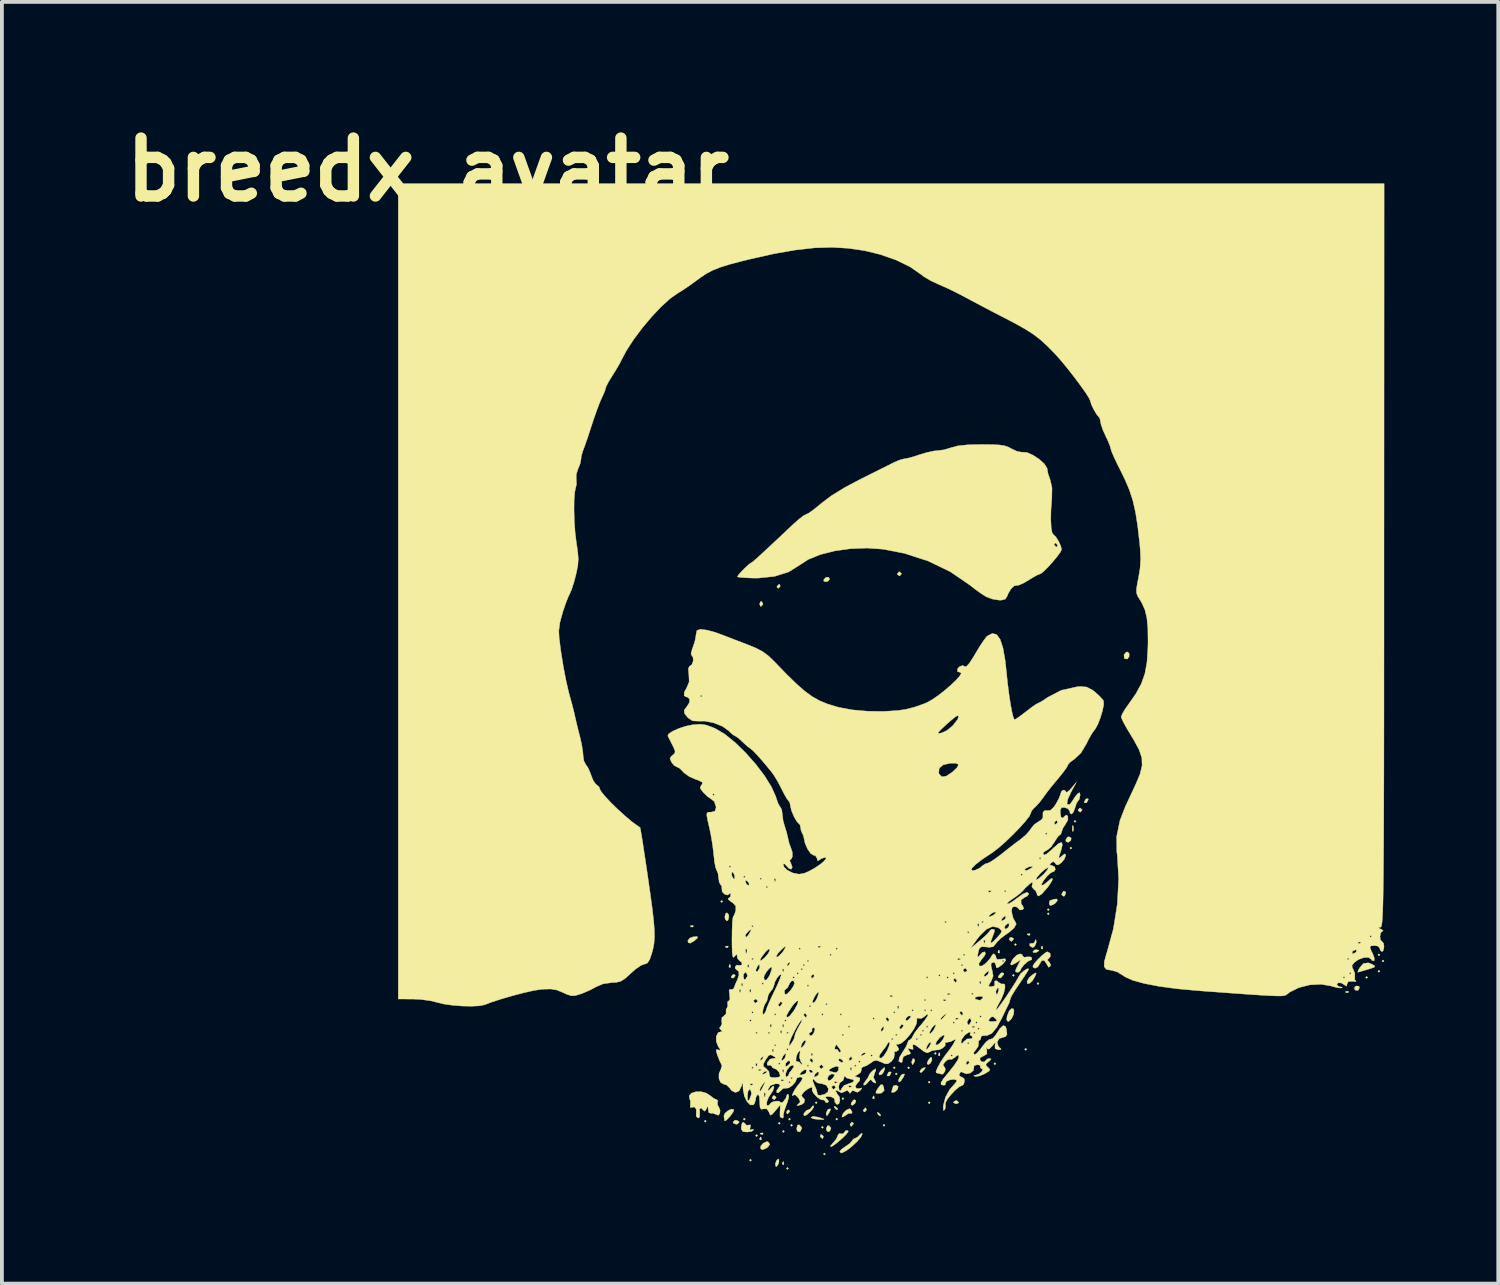
<source format=kicad_pcb>
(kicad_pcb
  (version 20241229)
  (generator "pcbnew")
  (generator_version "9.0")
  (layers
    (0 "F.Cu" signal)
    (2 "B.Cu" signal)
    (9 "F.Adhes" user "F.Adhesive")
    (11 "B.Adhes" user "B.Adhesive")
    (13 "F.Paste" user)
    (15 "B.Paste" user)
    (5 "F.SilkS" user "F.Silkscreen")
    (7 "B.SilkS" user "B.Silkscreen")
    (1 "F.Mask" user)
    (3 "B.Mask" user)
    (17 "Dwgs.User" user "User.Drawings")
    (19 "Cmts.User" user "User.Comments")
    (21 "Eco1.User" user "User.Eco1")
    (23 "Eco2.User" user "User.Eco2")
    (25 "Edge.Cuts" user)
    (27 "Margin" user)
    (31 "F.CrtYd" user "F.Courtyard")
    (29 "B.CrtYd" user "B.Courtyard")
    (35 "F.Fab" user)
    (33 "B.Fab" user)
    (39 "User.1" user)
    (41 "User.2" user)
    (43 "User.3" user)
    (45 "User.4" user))
  (footprint "breedx_avatar"
    (layer "F.Cu")
    (at 20.4 14.753)
    (property "Reference" "breedx_avatar" (at -12.192 -13.335 0) (layer "F.SilkS") (effects (font (size 1.524 1.524) (thickness 0.3))))
    (attr through_hole)
    (fp_poly (pts (xy -4.864 11.7) (xy -4.891 11.727) (xy -4.918 11.7) (xy -4.891 11.673) (xy -4.864 11.7)) (stroke (width 0.01) (type solid)) (fill yes) (layer "F.SilkS"))
    (fp_poly (pts (xy -4.431 5.918) (xy -4.459 5.945) (xy -4.486 5.918) (xy -4.459 5.891) (xy -4.431 5.918)) (stroke (width 0.01) (type solid)) (fill yes) (layer "F.SilkS"))
    (fp_poly (pts (xy -3.837 11.646) (xy -3.864 11.673) (xy -3.891 11.646) (xy -3.864 11.619) (xy -3.837 11.646)) (stroke (width 0.01) (type solid)) (fill yes) (layer "F.SilkS"))
    (fp_poly (pts (xy -3.675 12.727) (xy -3.702 12.754) (xy -3.729 12.727) (xy -3.702 12.7) (xy -3.675 12.727)) (stroke (width 0.01) (type solid)) (fill yes) (layer "F.SilkS"))
    (fp_poly (pts (xy -3.513 12.079) (xy -3.54 12.106) (xy -3.567 12.079) (xy -3.54 12.051) (xy -3.513 12.079)) (stroke (width 0.01) (type solid)) (fill yes) (layer "F.SilkS"))
    (fp_poly (pts (xy -2.918 11.754) (xy -2.945 11.781) (xy -2.972 11.754) (xy -2.945 11.727) (xy -2.918 11.754)) (stroke (width 0.01) (type solid)) (fill yes) (layer "F.SilkS"))
    (fp_poly (pts (xy -2.81 11.97) (xy -2.837 11.997) (xy -2.864 11.97) (xy -2.837 11.943) (xy -2.81 11.97)) (stroke (width 0.01) (type solid)) (fill yes) (layer "F.SilkS"))
    (fp_poly (pts (xy -2.702 12.943) (xy -2.729 12.97) (xy -2.756 12.943) (xy -2.729 12.916) (xy -2.702 12.943)) (stroke (width 0.01) (type solid)) (fill yes) (layer "F.SilkS"))
    (fp_poly (pts (xy -2.648 11.646) (xy -2.675 11.673) (xy -2.702 11.646) (xy -2.675 11.619) (xy -2.648 11.646)) (stroke (width 0.01) (type solid)) (fill yes) (layer "F.SilkS"))
    (fp_poly (pts (xy -2.594 11.808) (xy -2.621 11.835) (xy -2.648 11.808) (xy -2.621 11.781) (xy -2.594 11.808)) (stroke (width 0.01) (type solid)) (fill yes) (layer "F.SilkS"))
    (fp_poly (pts (xy -1.946 11.214) (xy -1.973 11.241) (xy -2 11.214) (xy -1.973 11.187) (xy -1.946 11.214)) (stroke (width 0.01) (type solid)) (fill yes) (layer "F.SilkS"))
    (fp_poly (pts (xy -1.783 11.862) (xy -1.81 11.889) (xy -1.837 11.862) (xy -1.81 11.835) (xy -1.783 11.862)) (stroke (width 0.01) (type solid)) (fill yes) (layer "F.SilkS"))
    (fp_poly (pts (xy -1.729 12.565) (xy -1.756 12.592) (xy -1.783 12.565) (xy -1.756 12.538) (xy -1.729 12.565)) (stroke (width 0.01) (type solid)) (fill yes) (layer "F.SilkS"))
    (fp_poly (pts (xy -1.405 11.646) (xy -1.432 11.673) (xy -1.459 11.646) (xy -1.432 11.619) (xy -1.405 11.646)) (stroke (width 0.01) (type solid)) (fill yes) (layer "F.SilkS"))
    (fp_poly (pts (xy -1.243 11.106) (xy -1.27 11.133) (xy -1.297 11.106) (xy -1.27 11.079) (xy -1.243 11.106)) (stroke (width 0.01) (type solid)) (fill yes) (layer "F.SilkS"))
    (fp_poly (pts (xy -0.162 11.808) (xy -0.189 11.835) (xy -0.216 11.808) (xy -0.189 11.781) (xy -0.162 11.808)) (stroke (width 0.01) (type solid)) (fill yes) (layer "F.SilkS"))
    (fp_poly (pts (xy 0.108 10.295) (xy 0.081 10.322) (xy 0.054 10.295) (xy 0.081 10.268) (xy 0.108 10.295)) (stroke (width 0.01) (type solid)) (fill yes) (layer "F.SilkS"))
    (fp_poly (pts (xy 0.162 10.457) (xy 0.135 10.484) (xy 0.108 10.457) (xy 0.135 10.43) (xy 0.162 10.457)) (stroke (width 0.01) (type solid)) (fill yes) (layer "F.SilkS"))
    (fp_poly (pts (xy 0.486 10.295) (xy 0.459 10.322) (xy 0.432 10.295) (xy 0.459 10.268) (xy 0.486 10.295)) (stroke (width 0.01) (type solid)) (fill yes) (layer "F.SilkS"))
    (fp_poly (pts (xy 1.027 10.673) (xy 1 10.7) (xy 0.973 10.673) (xy 1 10.646) (xy 1.027 10.673)) (stroke (width 0.01) (type solid)) (fill yes) (layer "F.SilkS"))
    (fp_poly (pts (xy 1.027 11.214) (xy 1 11.241) (xy 0.973 11.214) (xy 1 11.187) (xy 1.027 11.214)) (stroke (width 0.01) (type solid)) (fill yes) (layer "F.SilkS"))
    (fp_poly (pts (xy 1.189 9.917) (xy 1.162 9.944) (xy 1.135 9.917) (xy 1.162 9.89) (xy 1.189 9.917)) (stroke (width 0.01) (type solid)) (fill yes) (layer "F.SilkS"))
    (fp_poly (pts (xy 2.756 10.187) (xy 2.729 10.214) (xy 2.702 10.187) (xy 2.729 10.16) (xy 2.756 10.187)) (stroke (width 0.01) (type solid)) (fill yes) (layer "F.SilkS"))
    (fp_poly (pts (xy 3.243 7.863) (xy 3.216 7.89) (xy 3.189 7.863) (xy 3.216 7.836) (xy 3.243 7.863)) (stroke (width 0.01) (type solid)) (fill yes) (layer "F.SilkS"))
    (fp_poly (pts (xy 3.297 7.053) (xy 3.27 7.08) (xy 3.243 7.053) (xy 3.27 7.026) (xy 3.297 7.053)) (stroke (width 0.01) (type solid)) (fill yes) (layer "F.SilkS"))
    (fp_poly (pts (xy 3.567 9.809) (xy 3.54 9.836) (xy 3.513 9.809) (xy 3.54 9.782) (xy 3.567 9.809)) (stroke (width 0.01) (type solid)) (fill yes) (layer "F.SilkS"))
    (fp_poly (pts (xy 3.891 8.079) (xy 3.864 8.106) (xy 3.837 8.079) (xy 3.864 8.052) (xy 3.891 8.079)) (stroke (width 0.01) (type solid)) (fill yes) (layer "F.SilkS"))
    (fp_poly (pts (xy 4.161 6.134) (xy 4.134 6.161) (xy 4.107 6.134) (xy 4.134 6.107) (xy 4.161 6.134)) (stroke (width 0.01) (type solid)) (fill yes) (layer "F.SilkS"))
    (fp_poly (pts (xy 4.161 6.242) (xy 4.134 6.269) (xy 4.107 6.242) (xy 4.134 6.215) (xy 4.161 6.242)) (stroke (width 0.01) (type solid)) (fill yes) (layer "F.SilkS"))
    (fp_poly (pts (xy 4.756 4.513) (xy 4.729 4.54) (xy 4.702 4.513) (xy 4.729 4.486) (xy 4.756 4.513)) (stroke (width 0.01) (type solid)) (fill yes) (layer "F.SilkS"))
    (fp_poly (pts (xy 4.864 3.81) (xy 4.837 3.837) (xy 4.81 3.81) (xy 4.837 3.783) (xy 4.864 3.81)) (stroke (width 0.01) (type solid)) (fill yes) (layer "F.SilkS"))
    (fp_poly (pts (xy 12.538 7.917) (xy 12.511 7.944) (xy 12.484 7.917) (xy 12.511 7.89) (xy 12.538 7.917)) (stroke (width 0.01) (type solid)) (fill yes) (layer "F.SilkS"))
    (fp_poly (pts (xy 12.862 7.323) (xy 12.835 7.35) (xy 12.808 7.323) (xy 12.835 7.296) (xy 12.862 7.323)) (stroke (width 0.01) (type solid)) (fill yes) (layer "F.SilkS"))
    (fp_poly (pts (xy 12.862 7.755) (xy 12.835 7.782) (xy 12.808 7.755) (xy 12.835 7.728) (xy 12.862 7.755)) (stroke (width 0.01) (type solid)) (fill yes) (layer "F.SilkS"))
    (fp_poly (pts (xy 12.97 7.485) (xy 12.943 7.512) (xy 12.916 7.485) (xy 12.943 7.458) (xy 12.97 7.485)) (stroke (width 0.01) (type solid)) (fill yes) (layer "F.SilkS"))
    (fp_poly (pts (xy -5.206 6.557) (xy -5.214 6.589) (xy -5.242 6.593) (xy -5.287 6.573) (xy -5.278 6.557) (xy -5.214 6.551) (xy -5.206 6.557)) (stroke (width 0.01) (type solid)) (fill yes) (layer "F.SilkS"))
    (fp_poly (pts (xy -4.287 7.098) (xy -4.295 7.13) (xy -4.323 7.134) (xy -4.368 7.114) (xy -4.359 7.098) (xy -4.295 7.091) (xy -4.287 7.098)) (stroke (width 0.01) (type solid)) (fill yes) (layer "F.SilkS"))
    (fp_poly (pts (xy -4.233 7.584) (xy -4.227 7.648) (xy -4.233 7.656) (xy -4.265 7.649) (xy -4.269 7.62) (xy -4.25 7.576) (xy -4.233 7.584)) (stroke (width 0.01) (type solid)) (fill yes) (layer "F.SilkS"))
    (fp_poly (pts (xy -3.423 12.124) (xy -3.416 12.188) (xy -3.423 12.196) (xy -3.455 12.188) (xy -3.459 12.16) (xy -3.439 12.115) (xy -3.423 12.124)) (stroke (width 0.01) (type solid)) (fill yes) (layer "F.SilkS"))
    (fp_poly (pts (xy -3.369 12.015) (xy -3.376 12.048) (xy -3.405 12.051) (xy -3.449 12.032) (xy -3.441 12.015) (xy -3.377 12.009) (xy -3.369 12.015)) (stroke (width 0.01) (type solid)) (fill yes) (layer "F.SilkS"))
    (fp_poly (pts (xy -2.828 12.772) (xy -2.822 12.836) (xy -2.828 12.844) (xy -2.86 12.837) (xy -2.864 12.808) (xy -2.844 12.764) (xy -2.828 12.772)) (stroke (width 0.01) (type solid)) (fill yes) (layer "F.SilkS"))
    (fp_poly (pts (xy -0.45 11.043) (xy -0.444 11.107) (xy -0.45 11.115) (xy -0.482 11.107) (xy -0.486 11.079) (xy -0.467 11.034) (xy -0.45 11.043)) (stroke (width 0.01) (type solid)) (fill yes) (layer "F.SilkS"))
    (fp_poly (pts (xy 1.279 9.908) (xy 1.285 9.972) (xy 1.279 9.98) (xy 1.247 9.972) (xy 1.243 9.944) (xy 1.263 9.899) (xy 1.279 9.908)) (stroke (width 0.01) (type solid)) (fill yes) (layer "F.SilkS"))
    (fp_poly (pts (xy 2.846 7.206) (xy 2.853 7.27) (xy 2.846 7.278) (xy 2.814 7.27) (xy 2.81 7.242) (xy 2.83 7.197) (xy 2.846 7.206)) (stroke (width 0.01) (type solid)) (fill yes) (layer "F.SilkS"))
    (fp_poly (pts (xy 3.657 6.773) (xy 3.649 6.805) (xy 3.621 6.809) (xy 3.576 6.79) (xy 3.585 6.773) (xy 3.649 6.767) (xy 3.657 6.773)) (stroke (width 0.01) (type solid)) (fill yes) (layer "F.SilkS"))
    (fp_poly (pts (xy 3.981 7.098) (xy 3.988 7.162) (xy 3.981 7.17) (xy 3.949 7.162) (xy 3.945 7.134) (xy 3.965 7.089) (xy 3.981 7.098)) (stroke (width 0.01) (type solid)) (fill yes) (layer "F.SilkS"))
    (fp_poly (pts (xy 4.792 3.932) (xy 4.799 4.042) (xy 4.792 4.067) (xy 4.772 4.073) (xy 4.764 3.999) (xy 4.773 3.922) (xy 4.792 3.932)) (stroke (width 0.01) (type solid)) (fill yes) (layer "F.SilkS"))
    (fp_poly (pts (xy 12.033 8.287) (xy 12.026 8.319) (xy 11.997 8.323) (xy 11.953 8.303) (xy 11.961 8.287) (xy 12.026 8.28) (xy 12.033 8.287)) (stroke (width 0.01) (type solid)) (fill yes) (layer "F.SilkS"))
    (fp_poly (pts (xy -4.111 7.85) (xy -4.103 7.875) (xy -4.141 7.926) (xy -4.164 7.936) (xy -4.21 7.919) (xy -4.207 7.893) (xy -4.16 7.837) (xy -4.111 7.85)) (stroke (width 0.01) (type solid)) (fill yes) (layer "F.SilkS"))
    (fp_poly (pts (xy -3.404 -1.972) (xy -3.373 -1.907) (xy -3.38 -1.888) (xy -3.432 -1.84) (xy -3.458 -1.894) (xy -3.459 -1.922) (xy -3.432 -1.977) (xy -3.404 -1.972)) (stroke (width 0.01) (type solid)) (fill yes) (layer "F.SilkS"))
    (fp_poly (pts (xy -1.618 -2.567) (xy -1.66 -2.511) (xy -1.706 -2.494) (xy -1.772 -2.508) (xy -1.772 -2.548) (xy -1.718 -2.61) (xy -1.649 -2.615) (xy -1.618 -2.567)) (stroke (width 0.01) (type solid)) (fill yes) (layer "F.SilkS"))
    (fp_poly (pts (xy -1.583 11.881) (xy -1.61 11.955) (xy -1.654 11.981) (xy -1.697 11.952) (xy -1.706 11.896) (xy -1.678 11.822) (xy -1.634 11.821) (xy -1.583 11.881)) (stroke (width 0.01) (type solid)) (fill yes) (layer "F.SilkS"))
    (fp_poly (pts (xy -1.467 11.317) (xy -1.409 11.371) (xy -1.421 11.402) (xy -1.429 11.403) (xy -1.475 11.365) (xy -1.491 11.341) (xy -1.498 11.304) (xy -1.467 11.317)) (stroke (width 0.01) (type solid)) (fill yes) (layer "F.SilkS"))
    (fp_poly (pts (xy -0.333 11.479) (xy -0.275 11.533) (xy -0.286 11.565) (xy -0.294 11.565) (xy -0.34 11.527) (xy -0.356 11.503) (xy -0.363 11.466) (xy -0.333 11.479)) (stroke (width 0.01) (type solid)) (fill yes) (layer "F.SilkS"))
    (fp_poly (pts (xy 1.075 10.09) (xy 1.034 10.175) (xy 0.973 10.214) (xy 0.944 10.181) (xy 0.975 10.101) (xy 1.032 10.026) (xy 1.065 10.018) (xy 1.075 10.09)) (stroke (width 0.01) (type solid)) (fill yes) (layer "F.SilkS"))
    (fp_poly (pts (xy 1.733 11.162) (xy 1.781 11.214) (xy 1.726 11.24) (xy 1.699 11.241) (xy 1.643 11.214) (xy 1.649 11.186) (xy 1.714 11.155) (xy 1.733 11.162)) (stroke (width 0.01) (type solid)) (fill yes) (layer "F.SilkS"))
    (fp_poly (pts (xy 4.738 4.247) (xy 4.729 4.312) (xy 4.658 4.365) (xy 4.603 4.342) (xy 4.594 4.301) (xy 4.637 4.226) (xy 4.679 4.215) (xy 4.738 4.247)) (stroke (width 0.01) (type solid)) (fill yes) (layer "F.SilkS"))
    (fp_poly (pts (xy 12.31 8.149) (xy 12.322 8.189) (xy 12.288 8.26) (xy 12.219 8.253) (xy 12.19 8.22) (xy 12.204 8.163) (xy 12.241 8.141) (xy 12.31 8.149)) (stroke (width 0.01) (type solid)) (fill yes) (layer "F.SilkS"))
    (fp_poly (pts (xy -5.092 6.875) (xy -5.175 6.95) (xy -5.288 7.017) (xy -5.343 6.997) (xy -5.35 6.951) (xy -5.304 6.886) (xy -5.215 6.85) (xy -5.104 6.841) (xy -5.092 6.875)) (stroke (width 0.01) (type solid)) (fill yes) (layer "F.SilkS"))
    (fp_poly (pts (xy -4.279 6.26) (xy -4.269 6.323) (xy -4.292 6.411) (xy -4.323 6.431) (xy -4.367 6.386) (xy -4.377 6.323) (xy -4.355 6.235) (xy -4.323 6.215) (xy -4.279 6.26)) (stroke (width 0.01) (type solid)) (fill yes) (layer "F.SilkS"))
    (fp_poly (pts (xy -4.008 11.702) (xy -3.999 11.727) (xy -4.043 11.775) (xy -4.08 11.781) (xy -4.152 11.752) (xy -4.161 11.727) (xy -4.118 11.679) (xy -4.08 11.673) (xy -4.008 11.702)) (stroke (width 0.01) (type solid)) (fill yes) (layer "F.SilkS"))
    (fp_poly (pts (xy -3.028 11.066) (xy -3.026 11.079) (xy -3.068 11.131) (xy -3.08 11.133) (xy -3.133 11.092) (xy -3.134 11.079) (xy -3.093 11.026) (xy -3.08 11.025) (xy -3.028 11.066)) (stroke (width 0.01) (type solid)) (fill yes) (layer "F.SilkS"))
    (fp_poly (pts (xy -2.955 12.702) (xy -2.952 12.766) (xy -2.97 12.832) (xy -3.012 12.893) (xy -3.041 12.883) (xy -3.046 12.814) (xy -3.016 12.736) (xy -2.973 12.695) (xy -2.955 12.702)) (stroke (width 0.01) (type solid)) (fill yes) (layer "F.SilkS"))
    (fp_poly (pts (xy -2.919 -2.39) (xy -2.918 -2.378) (xy -2.96 -2.326) (xy -2.976 -2.324) (xy -3.008 -2.357) (xy -2.999 -2.378) (xy -2.951 -2.429) (xy -2.942 -2.432) (xy -2.919 -2.39)) (stroke (width 0.01) (type solid)) (fill yes) (layer "F.SilkS"))
    (fp_poly (pts (xy -2.667 11.436) (xy -2.675 11.457) (xy -2.724 11.509) (xy -2.732 11.511) (xy -2.756 11.469) (xy -2.756 11.457) (xy -2.715 11.405) (xy -2.699 11.403) (xy -2.667 11.436)) (stroke (width 0.01) (type solid)) (fill yes) (layer "F.SilkS"))
    (fp_poly (pts (xy -2.356 11.861) (xy -2.351 11.889) (xy -2.393 11.971) (xy -2.418 11.984) (xy -2.473 11.959) (xy -2.486 11.889) (xy -2.461 11.804) (xy -2.418 11.795) (xy -2.356 11.861)) (stroke (width 0.01) (type solid)) (fill yes) (layer "F.SilkS"))
    (fp_poly (pts (xy -1.786 12.091) (xy -1.783 12.106) (xy -1.802 12.158) (xy -1.807 12.16) (xy -1.853 12.122) (xy -1.864 12.106) (xy -1.86 12.056) (xy -1.841 12.051) (xy -1.786 12.091)) (stroke (width 0.01) (type solid)) (fill yes) (layer "F.SilkS"))
    (fp_poly (pts (xy -1.614 11.443) (xy -1.622 11.458) (xy -1.68 11.551) (xy -1.707 11.545) (xy -1.711 11.486) (xy -1.668 11.398) (xy -1.638 11.38) (xy -1.592 11.377) (xy -1.614 11.443)) (stroke (width 0.01) (type solid)) (fill yes) (layer "F.SilkS"))
    (fp_poly (pts (xy -0.991 11.76) (xy -1 11.781) (xy -1.048 11.833) (xy -1.057 11.835) (xy -1.08 11.794) (xy -1.081 11.781) (xy -1.039 11.729) (xy -1.024 11.727) (xy -0.991 11.76)) (stroke (width 0.01) (type solid)) (fill yes) (layer "F.SilkS"))
    (fp_poly (pts (xy -0.927 11.164) (xy -0.949 11.229) (xy -1.012 11.281) (xy -1.017 11.283) (xy -1.057 11.266) (xy -1.048 11.218) (xy -0.993 11.144) (xy -0.962 11.133) (xy -0.927 11.164)) (stroke (width 0.01) (type solid)) (fill yes) (layer "F.SilkS"))
    (fp_poly (pts (xy -0.649 11.391) (xy -0.649 11.403) (xy -0.69 11.455) (xy -0.706 11.457) (xy -0.738 11.424) (xy -0.73 11.403) (xy -0.681 11.351) (xy -0.672 11.349) (xy -0.649 11.391)) (stroke (width 0.01) (type solid)) (fill yes) (layer "F.SilkS"))
    (fp_poly (pts (xy -0.168 10.318) (xy -0.195 10.399) (xy -0.245 10.466) (xy -0.302 10.486) (xy -0.324 10.453) (xy -0.291 10.395) (xy -0.243 10.341) (xy -0.177 10.286) (xy -0.168 10.318)) (stroke (width 0.01) (type solid)) (fill yes) (layer "F.SilkS"))
    (fp_poly (pts (xy -0.004 10.406) (xy 0 10.424) (xy -0.039 10.5) (xy -0.054 10.511) (xy -0.104 10.509) (xy -0.108 10.491) (xy -0.069 10.414) (xy -0.054 10.403) (xy -0.004 10.406)) (stroke (width 0.01) (type solid)) (fill yes) (layer "F.SilkS"))
    (fp_poly (pts (xy 0.269 -2.715) (xy 0.27 -2.702) (xy 0.229 -2.65) (xy 0.216 -2.648) (xy 0.164 -2.689) (xy 0.162 -2.702) (xy 0.203 -2.755) (xy 0.216 -2.756) (xy 0.269 -2.715)) (stroke (width 0.01) (type solid)) (fill yes) (layer "F.SilkS"))
    (fp_poly (pts (xy 0.623 10.092) (xy 0.614 10.133) (xy 0.576 10.204) (xy 0.562 10.214) (xy 0.543 10.17) (xy 0.54 10.133) (xy 0.569 10.061) (xy 0.593 10.052) (xy 0.623 10.092)) (stroke (width 0.01) (type solid)) (fill yes) (layer "F.SilkS"))
    (fp_poly (pts (xy 0.879 10.332) (xy 0.866 10.348) (xy 0.79 10.423) (xy 0.758 10.406) (xy 0.757 10.382) (xy 0.8 10.324) (xy 0.845 10.3) (xy 0.904 10.286) (xy 0.879 10.332)) (stroke (width 0.01) (type solid)) (fill yes) (layer "F.SilkS"))
    (fp_poly (pts (xy 2.965 7.807) (xy 2.962 7.84) (xy 2.894 7.921) (xy 2.868 7.934) (xy 2.817 7.919) (xy 2.82 7.887) (xy 2.889 7.805) (xy 2.915 7.792) (xy 2.965 7.807)) (stroke (width 0.01) (type solid)) (fill yes) (layer "F.SilkS"))
    (fp_poly (pts (xy 3.22 6.889) (xy 3.216 6.917) (xy 3.169 6.969) (xy 3.161 6.971) (xy 3.119 6.934) (xy 3.107 6.917) (xy 3.12 6.872) (xy 3.161 6.863) (xy 3.22 6.889)) (stroke (width 0.01) (type solid)) (fill yes) (layer "F.SilkS"))
    (fp_poly (pts (xy 3.882 7.199) (xy 3.891 7.209) (xy 3.849 7.244) (xy 3.81 7.261) (xy 3.74 7.262) (xy 3.729 7.24) (xy 3.773 7.194) (xy 3.81 7.188) (xy 3.882 7.199)) (stroke (width 0.01) (type solid)) (fill yes) (layer "F.SilkS"))
    (fp_poly (pts (xy 4.586 5.66) (xy 4.594 5.698) (xy 4.565 5.772) (xy 4.54 5.783) (xy 4.487 5.744) (xy 4.486 5.732) (xy 4.525 5.659) (xy 4.54 5.647) (xy 4.586 5.66)) (stroke (width 0.01) (type solid)) (fill yes) (layer "F.SilkS"))
    (fp_poly (pts (xy 5.024 3.5) (xy 5.026 3.513) (xy 4.985 3.565) (xy 4.972 3.567) (xy 4.919 3.526) (xy 4.918 3.513) (xy 4.959 3.46) (xy 4.972 3.459) (xy 5.024 3.5)) (stroke (width 0.01) (type solid)) (fill yes) (layer "F.SilkS"))
    (fp_poly (pts (xy 5.184 3.218) (xy 5.188 3.236) (xy 5.149 3.313) (xy 5.134 3.324) (xy 5.084 3.321) (xy 5.08 3.303) (xy 5.119 3.227) (xy 5.134 3.216) (xy 5.184 3.218)) (stroke (width 0.01) (type solid)) (fill yes) (layer "F.SilkS"))
    (fp_poly (pts (xy 6.262 -0.609) (xy 6.262 -0.527) (xy 6.219 -0.462) (xy 6.149 -0.468) (xy 6.134 -0.486) (xy 6.127 -0.575) (xy 6.186 -0.642) (xy 6.218 -0.649) (xy 6.262 -0.609)) (stroke (width 0.01) (type solid)) (fill yes) (layer "F.SilkS"))
    (fp_poly (pts (xy -3.235 12.246) (xy -3.192 12.31) (xy -3.253 12.388) (xy -3.294 12.416) (xy -3.39 12.453) (xy -3.437 12.42) (xy -3.429 12.35) (xy -3.362 12.277) (xy -3.276 12.238) (xy -3.235 12.246)) (stroke (width 0.01) (type solid)) (fill yes) (layer "F.SilkS"))
    (fp_poly (pts (xy -0.204 10.778) (xy -0.182 10.891) (xy -0.252 10.959) (xy -0.329 10.971) (xy -0.398 10.964) (xy -0.4 10.924) (xy -0.344 10.831) (xy -0.275 10.742) (xy -0.231 10.739) (xy -0.204 10.778)) (stroke (width 0.01) (type solid)) (fill yes) (layer "F.SilkS"))
    (fp_poly (pts (xy 0.333 10.521) (xy 0.325 10.537) (xy 0.257 10.638) (xy 0.207 10.671) (xy 0.193 10.627) (xy 0.2 10.596) (xy 0.258 10.495) (xy 0.304 10.462) (xy 0.353 10.458) (xy 0.333 10.521)) (stroke (width 0.01) (type solid)) (fill yes) (layer "F.SilkS"))
    (fp_poly (pts (xy 3.817 7.815) (xy 3.778 7.906) (xy 3.712 8.012) (xy 3.639 8.075) (xy 3.586 8.081) (xy 3.576 8.018) (xy 3.632 7.924) (xy 3.718 7.848) (xy 3.804 7.796) (xy 3.817 7.815)) (stroke (width 0.01) (type solid)) (fill yes) (layer "F.SilkS"))
    (fp_poly (pts (xy -1.923 11.594) (xy -1.837 11.62) (xy -1.765 11.647) (xy -1.784 11.657) (xy -1.903 11.655) (xy -1.905 11.655) (xy -2.035 11.64) (xy -2.104 11.613) (xy -2.108 11.606) (xy -2.062 11.572) (xy -1.923 11.594)) (stroke (width 0.01) (type solid)) (fill yes) (layer "F.SilkS"))
    (fp_poly (pts (xy 0.185 10.786) (xy 0.172 10.854) (xy 0.106 10.923) (xy 0.071 10.94) (xy 0.013 10.942) (xy 0.021 10.886) (xy 0.05 10.799) (xy 0.054 10.777) (xy 0.098 10.757) (xy 0.133 10.754) (xy 0.185 10.786)) (stroke (width 0.01) (type solid)) (fill yes) (layer "F.SilkS"))
    (fp_poly (pts (xy 3.215 8.742) (xy 3.232 8.781) (xy 3.222 8.888) (xy 3.168 9.002) (xy 3.097 9.073) (xy 3.073 9.079) (xy 3.039 9.034) (xy 3.052 8.931) (xy 3.101 8.808) (xy 3.163 8.739) (xy 3.215 8.742)) (stroke (width 0.01) (type solid)) (fill yes) (layer "F.SilkS"))
    (fp_poly (pts (xy 4.371 5.9) (xy 4.317 5.967) (xy 4.269 5.999) (xy 4.186 6.029) (xy 4.162 5.986) (xy 4.161 5.974) (xy 4.173 5.9) (xy 4.184 5.891) (xy 4.247 5.874) (xy 4.292 5.858) (xy 4.364 5.853) (xy 4.371 5.9)) (stroke (width 0.01) (type solid)) (fill yes) (layer "F.SilkS"))
    (fp_poly (pts (xy -1.076 11.379) (xy -1.028 11.455) (xy -1.027 11.469) (xy -1.05 11.502) (xy -1.063 11.493) (xy -1.125 11.497) (xy -1.198 11.546) (xy -1.271 11.593) (xy -1.297 11.577) (xy -1.262 11.492) (xy -1.184 11.412) (xy -1.102 11.373) (xy -1.076 11.379)) (stroke (width 0.01) (type solid)) (fill yes) (layer "F.SilkS"))
    (fp_poly (pts (xy 12.653 7.57) (xy 12.722 7.612) (xy 12.721 7.643) (xy 12.637 7.677) (xy 12.536 7.708) (xy 12.39 7.751) (xy 12.296 7.777) (xy 12.279 7.781) (xy 12.289 7.742) (xy 12.323 7.671) (xy 12.427 7.55) (xy 12.559 7.533) (xy 12.653 7.57)) (stroke (width 0.01) (type solid)) (fill yes) (layer "F.SilkS"))
    (fp_poly (pts (xy -4.141 11.393) (xy -4.139 11.395) (xy -4.156 11.455) (xy -4.227 11.557) (xy -4.247 11.582) (xy -4.331 11.668) (xy -4.378 11.695) (xy -4.382 11.69) (xy -4.395 11.602) (xy -4.402 11.563) (xy -4.374 11.493) (xy -4.294 11.424) (xy -4.203 11.382) (xy -4.141 11.393)) (stroke (width 0.01) (type solid)) (fill yes) (layer "F.SilkS"))
    (fp_poly (pts (xy -2.034 11.328) (xy -2.089 11.409) (xy -2.108 11.43) (xy -2.218 11.532) (xy -2.287 11.562) (xy -2.3 11.517) (xy -2.289 11.484) (xy -2.221 11.412) (xy -2.183 11.403) (xy -2.115 11.372) (xy -2.108 11.349) (xy -2.065 11.298) (xy -2.044 11.295) (xy -2.034 11.328)) (stroke (width 0.01) (type solid)) (fill yes) (layer "F.SilkS"))
    (fp_poly (pts (xy 3.811 6.928) (xy 3.819 6.997) (xy 3.783 7.086) (xy 3.729 7.133) (xy 3.726 7.134) (xy 3.659 7.095) (xy 3.648 7.08) (xy 3.649 7.025) (xy 3.739 7.019) (xy 3.742 7.019) (xy 3.781 6.983) (xy 3.783 6.962) (xy 3.801 6.922) (xy 3.811 6.928)) (stroke (width 0.01) (type solid)) (fill yes) (layer "F.SilkS"))
    (fp_poly (pts (xy -1.126 11.971) (xy -1.188 12.054) (xy -1.297 12.16) (xy -1.433 12.275) (xy -1.541 12.354) (xy -1.589 12.376) (xy -1.592 12.345) (xy -1.529 12.271) (xy -1.523 12.266) (xy -1.438 12.162) (xy -1.405 12.078) (xy -1.369 12.026) (xy -1.324 12.032) (xy -1.255 12.03) (xy -1.243 12.003) (xy -1.199 11.952) (xy -1.151 11.943) (xy -1.126 11.971)) (stroke (width 0.01) (type solid)) (fill yes) (layer "F.SilkS"))
    (fp_poly (pts (xy -3.839 11.767) (xy -3.837 11.78) (xy -3.797 11.809) (xy -3.755 11.801) (xy -3.699 11.799) (xy -3.71 11.865) (xy -3.721 11.931) (xy -3.684 11.922) (xy -3.628 11.914) (xy -3.621 11.932) (xy -3.668 11.968) (xy -3.781 11.986) (xy -3.783 11.986) (xy -3.899 11.975) (xy -3.941 11.916) (xy -3.945 11.859) (xy -3.926 11.759) (xy -3.891 11.727) (xy -3.839 11.767)) (stroke (width 0.01) (type solid)) (fill yes) (layer "F.SilkS"))
    (fp_poly (pts (xy -0.758 12.034) (xy -0.797 12.12) (xy -0.899 12.239) (xy -1.033 12.364) (xy -1.173 12.471) (xy -1.288 12.532) (xy -1.32 12.538) (xy -1.351 12.498) (xy -1.351 12.495) (xy -1.309 12.442) (xy -1.206 12.368) (xy -1.189 12.357) (xy -1.08 12.28) (xy -1.028 12.216) (xy -1.027 12.211) (xy -0.985 12.162) (xy -0.965 12.16) (xy -0.886 12.121) (xy -0.832 12.065) (xy -0.776 12.015) (xy -0.758 12.034)) (stroke (width 0.01) (type solid)) (fill yes) (layer "F.SilkS"))
    (fp_poly (pts (xy -0.403 10.362) (xy -0.434 10.434) (xy -0.466 10.549) (xy -0.429 10.623) (xy -0.398 10.688) (xy -0.421 10.7) (xy -0.491 10.658) (xy -0.506 10.633) (xy -0.545 10.604) (xy -0.594 10.66) (xy -0.669 10.738) (xy -0.714 10.754) (xy -0.728 10.722) (xy -0.684 10.656) (xy -0.615 10.565) (xy -0.594 10.517) (xy -0.559 10.448) (xy -0.482 10.367) (xy -0.413 10.323) (xy -0.407 10.322) (xy -0.403 10.362)) (stroke (width 0.01) (type solid)) (fill yes) (layer "F.SilkS"))
    (fp_poly (pts (xy 4.181 7.281) (xy 4.192 7.361) (xy 4.155 7.41) (xy 4.107 7.459) (xy 4.155 7.506) (xy 4.199 7.583) (xy 4.186 7.623) (xy 4.144 7.651) (xy 4.101 7.578) (xy 4.1 7.575) (xy 4.034 7.476) (xy 3.961 7.473) (xy 3.907 7.566) (xy 3.857 7.643) (xy 3.786 7.676) (xy 3.735 7.65) (xy 3.729 7.62) (xy 3.766 7.553) (xy 3.856 7.45) (xy 3.966 7.343) (xy 4.064 7.264) (xy 4.112 7.242) (xy 4.181 7.281)) (stroke (width 0.01) (type solid)) (fill yes) (layer "F.SilkS"))
    (fp_poly (pts (xy 3.453 7.323) (xy 3.459 7.353) (xy 3.501 7.387) (xy 3.562 7.378) (xy 3.662 7.375) (xy 3.701 7.402) (xy 3.698 7.453) (xy 3.678 7.458) (xy 3.596 7.496) (xy 3.496 7.584) (xy 3.421 7.681) (xy 3.405 7.728) (xy 3.361 7.776) (xy 3.322 7.782) (xy 3.273 7.771) (xy 3.277 7.718) (xy 3.325 7.617) (xy 3.411 7.451) (xy 3.273 7.542) (xy 3.169 7.593) (xy 3.139 7.568) (xy 3.183 7.469) (xy 3.219 7.416) (xy 3.307 7.33) (xy 3.396 7.296) (xy 3.453 7.323)) (stroke (width 0.01) (type solid)) (fill yes) (layer "F.SilkS"))
    (fp_poly (pts (xy -4.857 10.965) (xy -4.768 11.025) (xy -4.665 11.103) (xy -4.593 11.133) (xy -4.559 11.166) (xy -4.568 11.189) (xy -4.568 11.273) (xy -4.538 11.324) (xy -4.501 11.411) (xy -4.508 11.497) (xy -4.548 11.545) (xy -4.602 11.524) (xy -4.697 11.488) (xy -4.735 11.494) (xy -4.797 11.477) (xy -4.814 11.395) (xy -4.82 11.311) (xy -4.84 11.328) (xy -4.858 11.372) (xy -4.903 11.438) (xy -4.939 11.413) (xy -5.003 11.35) (xy -5.042 11.383) (xy -5.039 11.484) (xy -5.04 11.589) (xy -5.076 11.619) (xy -5.128 11.578) (xy -5.13 11.552) (xy -5.127 11.392) (xy -5.172 11.327) (xy -5.224 11.333) (xy -5.289 11.339) (xy -5.284 11.286) (xy -5.281 11.17) (xy -5.298 11.13) (xy -5.316 11.033) (xy -5.255 10.963) (xy -5.14 10.925) (xy -4.999 10.924) (xy -4.857 10.965)) (stroke (width 0.01) (type solid)) (fill yes) (layer "F.SilkS"))
    (fp_poly (pts (xy 2.66 -6.104) (xy 2.854 -6.094) (xy 2.991 -6.071) (xy 3.096 -6.034) (xy 3.171 -5.993) (xy 3.314 -5.926) (xy 3.436 -5.903) (xy 3.457 -5.906) (xy 3.58 -5.894) (xy 3.737 -5.824) (xy 3.898 -5.718) (xy 4.03 -5.598) (xy 4.102 -5.485) (xy 4.107 -5.453) (xy 4.127 -5.344) (xy 4.177 -5.198) (xy 4.184 -5.18) (xy 4.233 -4.967) (xy 4.228 -4.685) (xy 4.227 -4.674) (xy 4.206 -4.389) (xy 4.201 -4.132) (xy 4.211 -3.924) (xy 4.235 -3.786) (xy 4.266 -3.739) (xy 4.333 -3.677) (xy 4.408 -3.557) (xy 4.467 -3.425) (xy 4.484 -3.34) (xy 4.449 -3.268) (xy 4.361 -3.149) (xy 4.242 -3.007) (xy 4.116 -2.869) (xy 4.004 -2.759) (xy 3.93 -2.704) (xy 3.92 -2.702) (xy 3.852 -2.675) (xy 3.726 -2.605) (xy 3.614 -2.536) (xy 3.465 -2.45) (xy 3.351 -2.402) (xy 3.306 -2.399) (xy 3.236 -2.387) (xy 3.151 -2.304) (xy 3.077 -2.178) (xy 3.057 -2.123) (xy 3.005 -2.038) (xy 2.899 -2.01) (xy 2.841 -2.01) (xy 2.659 -2.041) (xy 2.506 -2.098) (xy 2.382 -2.175) (xy 2.215 -2.294) (xy 2.067 -2.41) (xy 1.557 -2.758) (xy 0.977 -3.039) (xy 0.346 -3.243) (xy -0.21 -3.351) (xy -0.631 -3.381) (xy -1.062 -3.365) (xy -1.48 -3.307) (xy -1.861 -3.211) (xy -2.181 -3.081) (xy -2.399 -2.94) (xy -2.696 -2.753) (xy -3.067 -2.636) (xy -3.499 -2.591) (xy -3.62 -2.591) (xy -3.818 -2.599) (xy -3.968 -2.61) (xy -4.043 -2.622) (xy -4.046 -2.623) (xy -4.023 -2.667) (xy -3.947 -2.755) (xy -3.847 -2.857) (xy -3.749 -2.947) (xy -3.682 -2.996) (xy -3.675 -2.998) (xy -3.638 -3.023) (xy -3.549 -3.1) (xy -3.403 -3.233) (xy -3.194 -3.427) (xy -3.138 -3.48) (xy 4.288 -3.48) (xy 4.296 -3.459) (xy 4.345 -3.407) (xy 4.354 -3.405) (xy 4.377 -3.446) (xy 4.377 -3.459) (xy 4.336 -3.511) (xy 4.32 -3.513) (xy 4.288 -3.48) (xy -3.138 -3.48) (xy -2.917 -3.686) (xy -2.571 -4.013) (xy -2.426 -4.141) (xy -2.305 -4.234) (xy -2.235 -4.269) (xy -2.234 -4.269) (xy -2.165 -4.303) (xy -2.04 -4.392) (xy -1.883 -4.519) (xy -1.837 -4.558) (xy -1.575 -4.757) (xy -1.227 -4.971) (xy -0.82 -5.187) (xy -0.554 -5.32) (xy -0.305 -5.444) (xy -0.098 -5.547) (xy 0.041 -5.618) (xy 0.061 -5.628) (xy 0.208 -5.693) (xy 0.327 -5.727) (xy 0.346 -5.729) (xy 0.443 -5.746) (xy 0.602 -5.79) (xy 0.743 -5.837) (xy 0.941 -5.896) (xy 1.127 -5.936) (xy 1.221 -5.945) (xy 1.39 -5.967) (xy 1.571 -6.02) (xy 1.586 -6.026) (xy 1.757 -6.071) (xy 2.015 -6.098) (xy 2.369 -6.107) (xy 2.383 -6.107) (xy 2.66 -6.104)) (stroke (width 0.01) (type solid)) (fill yes) (layer "F.SilkS"))
    (fp_poly (pts (xy 12.969 -3.189) (xy 12.969 -1.98) (xy 12.969 -0.875) (xy 12.968 0.131) (xy 12.968 1.043) (xy 12.967 1.865) (xy 12.966 2.602) (xy 12.964 3.259) (xy 12.962 3.84) (xy 12.96 4.349) (xy 12.957 4.793) (xy 12.954 5.174) (xy 12.95 5.498) (xy 12.946 5.769) (xy 12.941 5.992) (xy 12.935 6.171) (xy 12.929 6.312) (xy 12.922 6.418) (xy 12.914 6.495) (xy 12.905 6.546) (xy 12.896 6.578) (xy 12.885 6.593) (xy 12.874 6.597) (xy 12.819 6.606) (xy 12.86 6.634) (xy 12.889 6.647) (xy 12.948 6.684) (xy 12.93 6.697) (xy 12.883 6.743) (xy 12.863 6.837) (xy 12.874 6.931) (xy 12.916 6.971) (xy 12.957 7.018) (xy 12.97 7.107) (xy 12.952 7.208) (xy 12.916 7.242) (xy 12.868 7.198) (xy 12.862 7.161) (xy 12.815 7.095) (xy 12.727 7.08) (xy 12.629 7.086) (xy 12.6 7.123) (xy 12.632 7.216) (xy 12.673 7.295) (xy 12.715 7.41) (xy 12.709 7.479) (xy 12.705 7.482) (xy 12.648 7.468) (xy 12.629 7.437) (xy 12.561 7.39) (xy 12.438 7.395) (xy 12.298 7.446) (xy 12.194 7.519) (xy 12.125 7.603) (xy 12.14 7.675) (xy 12.158 7.699) (xy 12.203 7.818) (xy 12.199 7.887) (xy 12.202 7.982) (xy 12.233 8.015) (xy 12.233 8.026) (xy 12.149 8.02) (xy 12.146 8.02) (xy 12.034 8.024) (xy 11.998 8.083) (xy 11.997 8.092) (xy 11.983 8.15) (xy 11.933 8.117) (xy 11.841 8.062) (xy 11.758 8.06) (xy 11.727 8.106) (xy 11.772 8.154) (xy 11.822 8.165) (xy 11.873 8.179) (xy 11.856 8.194) (xy 11.771 8.193) (xy 11.63 8.16) (xy 11.575 8.143) (xy 11.313 8.097) (xy 11.018 8.113) (xy 10.73 8.185) (xy 10.489 8.304) (xy 10.426 8.354) (xy 10.403 8.373) (xy 10.375 8.388) (xy 10.332 8.399) (xy 10.263 8.405) (xy 10.159 8.405) (xy 10.011 8.4) (xy 9.807 8.389) (xy 9.539 8.372) (xy 9.195 8.348) (xy 8.768 8.317) (xy 8.245 8.279) (xy 8.052 8.264) (xy 7.514 8.215) (xy 7.046 8.151) (xy 6.655 8.076) (xy 6.352 7.991) (xy 6.189 7.917) (xy 11.889 7.917) (xy 11.916 7.944) (xy 11.943 7.917) (xy 11.916 7.89) (xy 11.889 7.917) (xy 6.189 7.917) (xy 6.145 7.897) (xy 6.095 7.862) (xy 6.01 7.809) (xy 12.051 7.809) (xy 12.079 7.836) (xy 12.106 7.809) (xy 12.079 7.782) (xy 12.051 7.809) (xy 6.01 7.809) (xy 5.949 7.772) (xy 5.801 7.729) (xy 5.784 7.728) (xy 5.664 7.707) (xy 5.607 7.635) (xy 5.61 7.497) (xy 5.629 7.431) (xy 11.997 7.431) (xy 12.024 7.458) (xy 12.051 7.431) (xy 12.024 7.404) (xy 11.997 7.431) (xy 5.629 7.431) (xy 5.67 7.281) (xy 5.679 7.257) (xy 5.683 7.242) (xy 12.133 7.242) (xy 12.135 7.292) (xy 12.153 7.296) (xy 12.23 7.256) (xy 12.241 7.242) (xy 12.238 7.192) (xy 12.22 7.188) (xy 12.144 7.227) (xy 12.133 7.242) (xy 5.683 7.242) (xy 5.752 6.99) (xy 12.286 6.99) (xy 12.293 7.022) (xy 12.322 7.026) (xy 12.366 7.006) (xy 12.358 6.99) (xy 12.294 6.983) (xy 12.286 6.99) (xy 5.752 6.99) (xy 5.794 6.836) (xy 12.592 6.836) (xy 12.619 6.863) (xy 12.646 6.836) (xy 12.619 6.809) (xy 12.592 6.836) (xy 5.794 6.836) (xy 5.848 6.641) (xy 5.952 5.984) (xy 5.987 5.323) (xy 5.95 4.695) (xy 5.939 4.617) (xy 5.933 4.215) (xy 6.022 3.783) (xy 6.158 3.432) (xy 6.232 3.272) (xy 6.331 3.06) (xy 6.433 2.841) (xy 6.435 2.838) (xy 6.55 2.564) (xy 6.604 2.341) (xy 6.596 2.137) (xy 6.523 1.922) (xy 6.383 1.664) (xy 6.332 1.581) (xy 6.212 1.382) (xy 6.118 1.213) (xy 6.062 1.096) (xy 6.053 1.062) (xy 6.083 0.98) (xy 6.162 0.849) (xy 6.231 0.751) (xy 6.436 0.459) (xy 6.581 0.194) (xy 6.677 -0.074) (xy 6.732 -0.377) (xy 6.756 -0.743) (xy 6.76 -0.904) (xy 6.755 -1.265) (xy 6.729 -1.544) (xy 6.676 -1.763) (xy 6.592 -1.947) (xy 6.556 -2.005) (xy 6.491 -2.109) (xy 6.458 -2.194) (xy 6.455 -2.296) (xy 6.478 -2.446) (xy 6.509 -2.6) (xy 6.55 -2.847) (xy 6.565 -3.079) (xy 6.554 -3.345) (xy 6.539 -3.513) (xy 6.488 -3.957) (xy 6.431 -4.32) (xy 6.361 -4.628) (xy 6.271 -4.906) (xy 6.154 -5.181) (xy 6.059 -5.376) (xy 5.947 -5.599) (xy 5.858 -5.79) (xy 5.799 -5.928) (xy 5.783 -5.985) (xy 5.759 -6.071) (xy 5.7 -6.214) (xy 5.647 -6.323) (xy 5.571 -6.492) (xy 5.522 -6.637) (xy 5.512 -6.696) (xy 5.49 -6.799) (xy 5.462 -6.834) (xy 5.405 -6.902) (xy 5.333 -7.025) (xy 5.27 -7.155) (xy 5.242 -7.247) (xy 5.242 -7.249) (xy 5.21 -7.324) (xy 5.122 -7.463) (xy 4.993 -7.646) (xy 4.837 -7.856) (xy 4.668 -8.073) (xy 4.501 -8.278) (xy 4.349 -8.453) (xy 4.29 -8.516) (xy 4.094 -8.713) (xy 3.919 -8.871) (xy 3.74 -9.008) (xy 3.534 -9.14) (xy 3.275 -9.286) (xy 2.972 -9.444) (xy 2.689 -9.59) (xy 2.394 -9.745) (xy 2.126 -9.887) (xy 1.946 -9.984) (xy 1.712 -10.106) (xy 1.47 -10.223) (xy 1.268 -10.313) (xy 1.247 -10.321) (xy 1.049 -10.413) (xy 0.865 -10.522) (xy 0.786 -10.582) (xy 0.501 -10.78) (xy 0.135 -10.959) (xy -0.288 -11.107) (xy -0.703 -11.208) (xy -1.128 -11.27) (xy -1.561 -11.295) (xy -2.018 -11.281) (xy -2.516 -11.225) (xy -3.074 -11.128) (xy -3.706 -10.986) (xy -3.918 -10.934) (xy -4.246 -10.848) (xy -4.496 -10.771) (xy -4.692 -10.693) (xy -4.864 -10.602) (xy -5.036 -10.486) (xy -5.132 -10.415) (xy -5.315 -10.282) (xy -5.492 -10.163) (xy -5.61 -10.091) (xy -5.812 -9.95) (xy -6.048 -9.736) (xy -6.3 -9.469) (xy -6.55 -9.172) (xy -6.78 -8.864) (xy -6.972 -8.568) (xy -7.098 -8.328) (xy -7.163 -8.204) (xy -7.262 -8.036) (xy -7.336 -7.918) (xy -7.431 -7.765) (xy -7.494 -7.645) (xy -7.512 -7.593) (xy -7.535 -7.512) (xy -7.592 -7.382) (xy -7.608 -7.349) (xy -7.665 -7.219) (xy -7.742 -7.016) (xy -7.828 -6.773) (xy -7.887 -6.593) (xy -7.965 -6.353) (xy -8.036 -6.145) (xy -8.09 -5.994) (xy -8.114 -5.932) (xy -8.154 -5.797) (xy -8.16 -5.727) (xy -8.185 -5.598) (xy -8.239 -5.464) (xy -8.286 -5.319) (xy -8.287 -5.197) (xy -8.28 -5.059) (xy -8.297 -4.986) (xy -8.326 -4.856) (xy -8.342 -4.645) (xy -8.345 -4.381) (xy -8.337 -4.09) (xy -8.317 -3.799) (xy -8.285 -3.536) (xy -8.281 -3.513) (xy -8.246 -3.27) (xy -8.233 -3.089) (xy -8.245 -2.926) (xy -8.282 -2.736) (xy -8.296 -2.675) (xy -8.351 -2.471) (xy -8.407 -2.296) (xy -8.453 -2.189) (xy -8.453 -2.189) (xy -8.502 -2.085) (xy -8.568 -1.914) (xy -8.638 -1.709) (xy -8.644 -1.689) (xy -8.717 -1.421) (xy -8.745 -1.202) (xy -8.736 -1.014) (xy -8.688 -0.646) (xy -8.626 -0.263) (xy -8.557 0.099) (xy -8.487 0.406) (xy -8.458 0.513) (xy -8.398 0.73) (xy -8.344 0.942) (xy -8.319 1.054) (xy -8.278 1.232) (xy -8.224 1.452) (xy -8.19 1.583) (xy -8.143 1.789) (xy -8.113 1.981) (xy -8.106 2.077) (xy -8.086 2.218) (xy -8.037 2.314) (xy -8.034 2.317) (xy -7.974 2.404) (xy -7.911 2.549) (xy -7.896 2.596) (xy -7.838 2.74) (xy -7.772 2.833) (xy -7.752 2.846) (xy -7.682 2.91) (xy -7.674 2.943) (xy -7.635 3.022) (xy -7.53 3.151) (xy -7.378 3.314) (xy -7.195 3.492) (xy -7.002 3.668) (xy -6.815 3.824) (xy -6.653 3.943) (xy -6.608 3.971) (xy -6.595 4.027) (xy -6.568 4.181) (xy -6.53 4.424) (xy -6.481 4.746) (xy -6.422 5.14) (xy -6.357 5.596) (xy -6.345 5.674) (xy -6.289 6.086) (xy -6.251 6.41) (xy -6.231 6.663) (xy -6.228 6.865) (xy -6.241 7.032) (xy -6.271 7.185) (xy -6.291 7.259) (xy -6.351 7.439) (xy -6.408 7.534) (xy -6.475 7.565) (xy -6.49 7.566) (xy -6.585 7.602) (xy -6.721 7.696) (xy -6.851 7.809) (xy -7 7.945) (xy -7.116 8.019) (xy -7.236 8.048) (xy -7.341 8.052) (xy -7.579 8.086) (xy -7.755 8.16) (xy -7.922 8.249) (xy -8.118 8.334) (xy -8.161 8.35) (xy -8.31 8.396) (xy -8.419 8.4) (xy -8.543 8.359) (xy -8.634 8.316) (xy -8.798 8.249) (xy -8.956 8.222) (xy -9.159 8.227) (xy -9.216 8.232) (xy -9.406 8.262) (xy -9.664 8.32) (xy -9.958 8.397) (xy -10.255 8.483) (xy -10.522 8.57) (xy -10.7 8.638) (xy -10.835 8.665) (xy -11.042 8.675) (xy -11.289 8.67) (xy -11.543 8.65) (xy -11.769 8.618) (xy -11.916 8.582) (xy -12.128 8.53) (xy -12.388 8.496) (xy -12.578 8.487) (xy -12.97 8.485) (xy -12.97 -12.97) (xy 12.972 -12.97) (xy 12.969 -3.189)) (stroke (width 0.01) (type solid)) (fill yes) (layer "F.SilkS"))
    (fp_poly (pts (xy -4.838 -1.22) (xy -4.613 -1.158) (xy -4.404 -1.081) (xy -4.307 -1.043) (xy -4.139 -0.978) (xy -3.927 -0.897) (xy -3.819 -0.856) (xy -3.565 -0.753) (xy -3.378 -0.655) (xy -3.223 -0.539) (xy -3.063 -0.383) (xy -3.062 -0.382) (xy -2.751 -0.06) (xy -2.493 0.191) (xy -2.273 0.384) (xy -2.073 0.529) (xy -1.877 0.638) (xy -1.67 0.723) (xy -1.433 0.795) (xy -1.356 0.815) (xy -1.019 0.877) (xy -0.622 0.912) (xy -0.208 0.918) (xy 0.179 0.894) (xy 0.38 0.864) (xy 0.607 0.807) (xy 0.849 0.723) (xy 0.946 0.682) (xy 1.087 0.603) (xy 1.251 0.489) (xy 1.421 0.355) (xy 1.583 0.215) (xy 1.718 0.085) (xy 1.811 -0.022) (xy 1.845 -0.09) (xy 1.824 -0.106) (xy 1.74 -0.136) (xy 1.749 -0.207) (xy 1.801 -0.262) (xy 1.886 -0.292) (xy 1.931 -0.264) (xy 1.98 -0.265) (xy 2.057 -0.348) (xy 2.168 -0.519) (xy 2.217 -0.603) (xy 2.332 -0.794) (xy 2.438 -0.953) (xy 2.515 -1.053) (xy 2.53 -1.067) (xy 2.663 -1.135) (xy 2.775 -1.106) (xy 2.868 -0.979) (xy 2.943 -0.751) (xy 3.001 -0.419) (xy 3.029 -0.163) (xy 3.063 0.165) (xy 3.102 0.471) (xy 3.143 0.739) (xy 3.183 0.95) (xy 3.219 1.088) (xy 3.247 1.135) (xy 3.305 1.104) (xy 3.42 1.022) (xy 3.554 0.919) (xy 3.7 0.807) (xy 3.812 0.729) (xy 3.863 0.703) (xy 3.925 0.674) (xy 4.043 0.6) (xy 4.125 0.544) (xy 4.477 0.362) (xy 4.887 0.27) (xy 4.979 0.262) (xy 5.146 0.276) (xy 5.3 0.356) (xy 5.366 0.408) (xy 5.489 0.52) (xy 5.574 0.615) (xy 5.589 0.641) (xy 5.593 0.739) (xy 5.561 0.899) (xy 5.506 1.083) (xy 5.439 1.255) (xy 5.372 1.38) (xy 5.351 1.405) (xy 5.283 1.498) (xy 5.196 1.651) (xy 5.137 1.772) (xy 4.994 2.011) (xy 4.827 2.167) (xy 4.827 2.168) (xy 4.712 2.251) (xy 4.651 2.321) (xy 4.648 2.333) (xy 4.615 2.397) (xy 4.528 2.518) (xy 4.405 2.671) (xy 4.386 2.693) (xy 4.235 2.875) (xy 4.094 3.055) (xy 3.997 3.189) (xy 3.892 3.327) (xy 3.792 3.432) (xy 3.772 3.448) (xy 3.694 3.536) (xy 3.675 3.593) (xy 3.637 3.674) (xy 3.534 3.807) (xy 3.385 3.974) (xy 3.207 4.157) (xy 3.018 4.339) (xy 2.835 4.5) (xy 2.677 4.623) (xy 2.631 4.654) (xy 2.402 4.806) (xy 2.23 4.938) (xy 2.129 5.039) (xy 2.108 5.084) (xy 2.146 5.108) (xy 2.232 5.088) (xy 3.513 5.088) (xy 3.552 5.106) (xy 3.621 5.08) (xy 3.706 5.027) (xy 3.729 5.002) (xy 3.685 4.997) (xy 3.621 5.01) (xy 3.533 5.054) (xy 3.513 5.088) (xy 2.232 5.088) (xy 2.235 5.087) (xy 2.333 5.037) (xy 2.383 4.993) (xy 2.476 4.928) (xy 2.522 4.918) (xy 2.599 4.886) (xy 2.731 4.801) (xy 2.755 4.783) (xy 3.891 4.783) (xy 3.918 4.81) (xy 3.945 4.783) (xy 3.918 4.756) (xy 3.891 4.783) (xy 2.755 4.783) (xy 2.893 4.68) (xy 2.916 4.661) (xy 3.103 4.513) (xy 3.286 4.371) (xy 3.424 4.269) (xy 3.558 4.155) (xy 3.575 4.134) (xy 4.053 4.134) (xy 4.08 4.161) (xy 4.107 4.134) (xy 4.08 4.107) (xy 4.053 4.134) (xy 3.575 4.134) (xy 3.656 4.039) (xy 3.671 4.012) (xy 3.763 3.896) (xy 3.849 3.837) (xy 4.296 3.837) (xy 4.301 3.887) (xy 4.32 3.891) (xy 4.375 3.852) (xy 4.377 3.837) (xy 4.359 3.784) (xy 4.354 3.783) (xy 4.307 3.821) (xy 4.296 3.837) (xy 3.849 3.837) (xy 3.864 3.827) (xy 3.961 3.763) (xy 3.993 3.707) (xy 3.995 3.571) (xy 4.048 3.522) (xy 4.105 3.528) (xy 4.195 3.518) (xy 4.286 3.429) (xy 4.333 3.359) (xy 4.41 3.218) (xy 4.454 3.107) (xy 4.457 3.085) (xy 4.488 3.012) (xy 4.548 2.983) (xy 4.592 3.013) (xy 4.596 3.035) (xy 4.626 3.045) (xy 4.701 2.983) (xy 4.736 2.945) (xy 4.873 2.783) (xy 4.73 3.048) (xy 4.647 3.229) (xy 4.628 3.341) (xy 4.639 3.364) (xy 4.701 3.366) (xy 4.759 3.29) (xy 4.84 3.164) (xy 4.899 3.091) (xy 4.956 3.052) (xy 4.972 3.106) (xy 4.972 3.127) (xy 4.95 3.231) (xy 4.922 3.267) (xy 4.876 3.337) (xy 4.837 3.459) (xy 4.795 3.571) (xy 4.745 3.621) (xy 4.708 3.596) (xy 4.702 3.546) (xy 4.656 3.48) (xy 4.576 3.447) (xy 4.485 3.446) (xy 4.452 3.509) (xy 4.45 3.576) (xy 4.468 3.697) (xy 4.514 3.726) (xy 4.57 3.669) (xy 4.618 3.643) (xy 4.65 3.679) (xy 4.651 3.774) (xy 4.59 3.881) (xy 4.515 3.998) (xy 4.486 4.088) (xy 4.461 4.155) (xy 4.444 4.161) (xy 4.394 4.204) (xy 4.322 4.311) (xy 4.301 4.349) (xy 4.211 4.479) (xy 4.117 4.562) (xy 4.099 4.569) (xy 4.016 4.618) (xy 3.999 4.651) (xy 4.02 4.698) (xy 4.089 4.67) (xy 4.215 4.565) (xy 4.274 4.508) (xy 4.41 4.391) (xy 4.487 4.364) (xy 4.506 4.428) (xy 4.468 4.584) (xy 4.459 4.611) (xy 4.416 4.739) (xy 4.415 4.782) (xy 4.458 4.753) (xy 4.491 4.724) (xy 4.566 4.666) (xy 4.592 4.684) (xy 4.594 4.712) (xy 4.556 4.806) (xy 4.482 4.894) (xy 4.396 4.958) (xy 4.344 4.946) (xy 4.322 4.916) (xy 4.267 4.867) (xy 4.207 4.905) (xy 4.172 4.959) (xy 4.232 4.972) (xy 4.302 5.007) (xy 4.322 5.076) (xy 4.284 5.131) (xy 4.256 5.137) (xy 4.186 5.175) (xy 4.095 5.263) (xy 4.011 5.368) (xy 3.961 5.457) (xy 3.961 5.493) (xy 4.015 5.479) (xy 4.104 5.408) (xy 4.107 5.404) (xy 4.206 5.32) (xy 4.247 5.314) (xy 4.231 5.376) (xy 4.156 5.494) (xy 4.104 5.563) (xy 3.968 5.717) (xy 3.881 5.777) (xy 3.841 5.746) (xy 3.837 5.707) (xy 3.793 5.624) (xy 3.757 5.601) (xy 3.703 5.534) (xy 3.713 5.474) (xy 3.731 5.41) (xy 3.694 5.421) (xy 3.644 5.458) (xy 3.531 5.562) (xy 3.472 5.63) (xy 3.384 5.715) (xy 3.248 5.816) (xy 3.213 5.838) (xy 3.101 5.917) (xy 3.049 5.975) (xy 3.051 5.987) (xy 3.106 5.973) (xy 3.214 5.906) (xy 3.293 5.846) (xy 3.468 5.721) (xy 3.577 5.676) (xy 3.62 5.714) (xy 3.621 5.725) (xy 3.576 5.78) (xy 3.513 5.81) (xy 3.418 5.879) (xy 3.421 5.979) (xy 3.463 6.036) (xy 3.49 6.102) (xy 3.453 6.137) (xy 3.381 6.142) (xy 3.363 6.116) (xy 3.298 6.062) (xy 3.247 6.053) (xy 3.184 6.074) (xy 3.171 6.158) (xy 3.178 6.228) (xy 3.211 6.36) (xy 3.256 6.438) (xy 3.258 6.439) (xy 3.292 6.512) (xy 3.235 6.615) (xy 3.095 6.737) (xy 3.031 6.779) (xy 2.887 6.887) (xy 2.778 6.995) (xy 2.753 7.031) (xy 2.686 7.11) (xy 2.58 7.125) (xy 2.513 7.117) (xy 2.386 7.108) (xy 2.324 7.149) (xy 2.303 7.205) (xy 2.275 7.339) (xy 2.282 7.389) (xy 2.323 7.345) (xy 2.328 7.336) (xy 2.397 7.261) (xy 2.461 7.243) (xy 2.486 7.286) (xy 2.453 7.354) (xy 2.383 7.44) (xy 2.309 7.552) (xy 2.317 7.617) (xy 2.388 7.617) (xy 2.501 7.537) (xy 2.504 7.533) (xy 2.547 7.485) (xy 2.918 7.485) (xy 2.945 7.512) (xy 2.972 7.485) (xy 2.945 7.458) (xy 2.918 7.485) (xy 2.547 7.485) (xy 2.598 7.428) (xy 2.646 7.352) (xy 2.648 7.342) (xy 2.689 7.297) (xy 2.702 7.296) (xy 2.749 7.34) (xy 2.756 7.383) (xy 2.783 7.442) (xy 2.877 7.439) (xy 2.891 7.436) (xy 3 7.426) (xy 3.017 7.469) (xy 2.942 7.56) (xy 2.918 7.581) (xy 2.815 7.659) (xy 2.767 7.66) (xy 2.756 7.593) (xy 2.722 7.518) (xy 2.648 7.531) (xy 2.634 7.544) (xy 2.628 7.611) (xy 2.657 7.731) (xy 2.658 7.734) (xy 2.684 7.881) (xy 2.635 8.012) (xy 2.625 8.026) (xy 2.57 8.121) (xy 2.58 8.156) (xy 2.645 8.16) (xy 2.724 8.135) (xy 2.722 8.079) (xy 2.726 8.012) (xy 2.781 8.004) (xy 2.84 8.056) (xy 2.913 8.092) (xy 2.949 8.085) (xy 2.993 8.105) (xy 2.995 8.195) (xy 2.963 8.331) (xy 2.899 8.486) (xy 2.855 8.566) (xy 2.789 8.688) (xy 2.757 8.772) (xy 2.756 8.778) (xy 2.783 8.759) (xy 2.852 8.67) (xy 2.951 8.533) (xy 3.064 8.368) (xy 3.176 8.198) (xy 3.274 8.043) (xy 3.343 7.925) (xy 3.365 7.88) (xy 3.415 7.81) (xy 3.497 7.74) (xy 3.576 7.692) (xy 3.62 7.692) (xy 3.621 7.699) (xy 3.592 7.754) (xy 3.516 7.874) (xy 3.407 8.035) (xy 3.378 8.077) (xy 3.263 8.248) (xy 3.177 8.389) (xy 3.136 8.474) (xy 3.134 8.482) (xy 3.111 8.576) (xy 3.084 8.634) (xy 3.032 8.738) (xy 2.958 8.893) (xy 2.921 8.971) (xy 2.782 9.23) (xy 2.65 9.388) (xy 2.521 9.448) (xy 2.474 9.448) (xy 2.38 9.457) (xy 2.364 9.498) (xy 2.345 9.56) (xy 2.326 9.566) (xy 2.294 9.605) (xy 2.302 9.64) (xy 2.29 9.733) (xy 2.246 9.798) (xy 2.17 9.895) (xy 2.184 9.941) (xy 2.208 9.944) (xy 2.264 9.903) (xy 2.353 9.8) (xy 2.402 9.731) (xy 2.501 9.612) (xy 2.586 9.548) (xy 2.616 9.544) (xy 2.681 9.518) (xy 2.761 9.42) (xy 2.786 9.378) (xy 2.867 9.257) (xy 2.941 9.191) (xy 2.958 9.187) (xy 3.004 9.201) (xy 3.03 9.262) (xy 3.047 9.399) (xy 3.048 9.417) (xy 3.01 9.477) (xy 2.972 9.486) (xy 2.843 9.526) (xy 2.789 9.618) (xy 2.819 9.729) (xy 2.887 9.793) (xy 2.888 9.818) (xy 2.823 9.822) (xy 2.735 9.793) (xy 2.731 9.71) (xy 2.733 9.703) (xy 2.746 9.637) (xy 2.718 9.651) (xy 2.659 9.722) (xy 2.579 9.803) (xy 2.533 9.798) (xy 2.521 9.776) (xy 2.506 9.761) (xy 2.518 9.826) (xy 2.52 9.93) (xy 2.441 9.98) (xy 2.437 9.981) (xy 2.338 10.032) (xy 2.341 10.1) (xy 2.388 10.139) (xy 2.457 10.14) (xy 2.474 10.116) (xy 2.539 10.059) (xy 2.582 10.052) (xy 2.632 10.063) (xy 2.597 10.107) (xy 2.564 10.133) (xy 2.493 10.199) (xy 2.508 10.249) (xy 2.55 10.285) (xy 2.599 10.336) (xy 2.577 10.382) (xy 2.472 10.446) (xy 2.46 10.453) (xy 2.324 10.51) (xy 2.22 10.525) (xy 2.207 10.522) (xy 2.173 10.497) (xy 2.223 10.489) (xy 2.304 10.461) (xy 2.377 10.406) (xy 2.413 10.35) (xy 2.388 10.322) (xy 2.381 10.322) (xy 2.343 10.29) (xy 2.351 10.268) (xy 2.334 10.226) (xy 2.267 10.214) (xy 2.181 10.239) (xy 2.178 10.285) (xy 2.163 10.368) (xy 2.083 10.433) (xy 1.982 10.456) (xy 1.923 10.434) (xy 1.846 10.403) (xy 1.819 10.413) (xy 1.785 10.491) (xy 1.84 10.537) (xy 1.861 10.538) (xy 1.922 10.583) (xy 1.931 10.646) (xy 1.905 10.734) (xy 1.878 10.754) (xy 1.796 10.792) (xy 1.684 10.886) (xy 1.568 11.008) (xy 1.474 11.128) (xy 1.43 11.219) (xy 1.43 11.237) (xy 1.427 11.355) (xy 1.407 11.4) (xy 1.377 11.421) (xy 1.37 11.34) (xy 1.373 11.29) (xy 1.428 11.074) (xy 1.543 10.862) (xy 1.674 10.718) (xy 1.725 10.65) (xy 1.718 10.617) (xy 1.648 10.598) (xy 1.546 10.614) (xy 1.459 10.651) (xy 1.431 10.697) (xy 1.433 10.702) (xy 1.42 10.747) (xy 1.381 10.754) (xy 1.317 10.742) (xy 1.309 10.695) (xy 1.363 10.601) (xy 1.486 10.447) (xy 1.54 10.382) (xy 1.663 10.227) (xy 1.707 10.16) (xy 1.973 10.16) (xy 1.977 10.21) (xy 1.996 10.214) (xy 2.051 10.175) (xy 2.054 10.16) (xy 2.035 10.107) (xy 2.03 10.106) (xy 1.984 10.144) (xy 1.973 10.16) (xy 1.707 10.16) (xy 1.75 10.094) (xy 1.783 10.012) (xy 1.783 10.012) (xy 1.774 9.958) (xy 1.727 9.979) (xy 1.684 10.017) (xy 1.598 10.073) (xy 1.552 10.073) (xy 1.494 10.08) (xy 1.422 10.136) (xy 1.365 10.218) (xy 1.386 10.253) (xy 1.424 10.313) (xy 1.419 10.382) (xy 1.365 10.46) (xy 1.313 10.46) (xy 1.213 10.433) (xy 1.186 10.43) (xy 1.181 10.39) (xy 1.223 10.289) (xy 1.296 10.155) (xy 1.386 10.016) (xy 1.42 9.971) (xy 1.567 9.971) (xy 1.594 9.998) (xy 1.621 9.971) (xy 1.594 9.944) (xy 1.567 9.971) (xy 1.42 9.971) (xy 1.461 9.917) (xy 1.543 9.81) (xy 1.62 9.697) (xy 1.668 9.614) (xy 1.839 9.614) (xy 1.85 9.666) (xy 1.874 9.647) (xy 2 9.647) (xy 2.027 9.674) (xy 2.054 9.647) (xy 2.027 9.62) (xy 2 9.647) (xy 1.874 9.647) (xy 1.893 9.631) (xy 1.917 9.601) (xy 1.995 9.536) (xy 2.046 9.534) (xy 2.119 9.529) (xy 2.134 9.512) (xy 2.129 9.462) (xy 2.108 9.457) (xy 2.072 9.425) (xy 2.081 9.403) (xy 2.087 9.376) (xy 2.162 9.376) (xy 2.189 9.403) (xy 2.216 9.376) (xy 2.189 9.349) (xy 2.162 9.376) (xy 2.087 9.376) (xy 2.092 9.354) (xy 2.04 9.364) (xy 1.949 9.427) (xy 1.936 9.439) (xy 1.86 9.541) (xy 1.839 9.614) (xy 1.668 9.614) (xy 1.676 9.6) (xy 1.699 9.544) (xy 1.674 9.552) (xy 1.558 9.61) (xy 1.493 9.62) (xy 1.422 9.633) (xy 1.421 9.653) (xy 1.422 9.712) (xy 1.356 9.777) (xy 1.261 9.822) (xy 1.198 9.826) (xy 1.071 9.844) (xy 1.019 9.874) (xy 0.949 9.904) (xy 0.861 9.866) (xy 0.786 9.806) (xy 0.785 9.806) (xy 0.92 9.806) (xy 0.945 9.808) (xy 0.995 9.752) (xy 1.033 9.684) (xy 1.17 9.684) (xy 1.172 9.69) (xy 1.221 9.692) (xy 1.296 9.632) (xy 1.367 9.542) (xy 1.404 9.454) (xy 1.405 9.442) (xy 1.372 9.435) (xy 1.29 9.493) (xy 1.272 9.51) (xy 1.191 9.609) (xy 1.17 9.684) (xy 1.033 9.684) (xy 1.045 9.662) (xy 1.046 9.621) (xy 1.004 9.636) (xy 0.952 9.708) (xy 0.921 9.793) (xy 0.92 9.806) (xy 0.785 9.806) (xy 0.651 9.704) (xy 0.576 9.679) (xy 0.567 9.731) (xy 0.575 9.755) (xy 0.577 9.811) (xy 0.506 9.799) (xy 0.438 9.781) (xy 0.456 9.823) (xy 0.476 9.848) (xy 0.514 9.916) (xy 0.464 9.946) (xy 0.422 9.953) (xy 0.322 10.002) (xy 0.305 10.065) (xy 0.29 10.145) (xy 0.267 10.16) (xy 0.201 10.126) (xy 0.214 10.029) (xy 0.299 9.887) (xy 0.383 9.757) (xy 0.429 9.655) (xy 0.432 9.636) (xy 0.463 9.571) (xy 0.483 9.566) (xy 0.518 9.539) (xy 0.649 9.539) (xy 0.676 9.566) (xy 0.703 9.539) (xy 0.676 9.511) (xy 0.649 9.539) (xy 0.518 9.539) (xy 0.54 9.522) (xy 0.565 9.471) (xy 0.588 9.43) (xy 0.757 9.43) (xy 0.784 9.457) (xy 0.811 9.43) (xy 0.784 9.403) (xy 0.757 9.43) (xy 0.588 9.43) (xy 0.618 9.377) (xy 0.63 9.361) (xy 1.01 9.361) (xy 1.011 9.403) (xy 1.013 9.403) (xy 1.07 9.363) (xy 1.101 9.322) (xy 1.837 9.322) (xy 1.864 9.349) (xy 1.891 9.322) (xy 1.864 9.295) (xy 1.837 9.322) (xy 1.101 9.322) (xy 1.126 9.29) (xy 1.136 9.268) (xy 2.27 9.268) (xy 2.297 9.295) (xy 2.324 9.268) (xy 2.297 9.241) (xy 2.27 9.268) (xy 1.136 9.268) (xy 1.166 9.205) (xy 2.126 9.205) (xy 2.133 9.237) (xy 2.162 9.241) (xy 2.206 9.222) (xy 2.198 9.205) (xy 2.134 9.199) (xy 2.126 9.205) (xy 1.166 9.205) (xy 1.176 9.185) (xy 1.162 9.156) (xy 1.101 9.21) (xy 1.06 9.267) (xy 1.01 9.361) (xy 0.63 9.361) (xy 0.66 9.322) (xy 0.811 9.322) (xy 0.838 9.349) (xy 0.865 9.322) (xy 0.838 9.295) (xy 0.811 9.322) (xy 0.66 9.322) (xy 0.719 9.244) (xy 0.745 9.214) (xy 0.919 9.214) (xy 0.946 9.241) (xy 0.973 9.214) (xy 0.946 9.187) (xy 0.919 9.214) (xy 0.745 9.214) (xy 0.785 9.168) (xy 0.835 9.106) (xy 1.621 9.106) (xy 1.648 9.133) (xy 1.669 9.113) (xy 2 9.113) (xy 2.027 9.166) (xy 2.054 9.16) (xy 2.088 9.106) (xy 2.216 9.106) (xy 2.243 9.133) (xy 2.27 9.106) (xy 2.243 9.079) (xy 2.216 9.106) (xy 2.088 9.106) (xy 2.103 9.082) (xy 2.106 9.055) (xy 2.561 9.055) (xy 2.608 9.077) (xy 2.677 9.079) (xy 2.769 9.067) (xy 2.78 9.039) (xy 2.779 9.039) (xy 2.705 8.964) (xy 2.698 8.955) (xy 2.644 8.954) (xy 2.596 8.996) (xy 2.561 9.055) (xy 2.106 9.055) (xy 2.108 9.046) (xy 2.081 8.992) (xy 2.054 8.998) (xy 2.004 9.076) (xy 2 9.113) (xy 1.669 9.113) (xy 1.675 9.106) (xy 1.648 9.079) (xy 1.621 9.106) (xy 0.835 9.106) (xy 0.891 9.038) (xy 0.923 8.989) (xy 1.308 8.989) (xy 1.308 9.024) (xy 1.317 9.025) (xy 1.361 8.989) (xy 1.693 8.989) (xy 1.701 9.021) (xy 1.729 9.025) (xy 1.774 9.005) (xy 1.765 8.989) (xy 1.701 8.983) (xy 1.693 8.989) (xy 1.361 8.989) (xy 1.363 8.988) (xy 1.4 8.944) (xy 2.324 8.944) (xy 2.351 8.971) (xy 2.378 8.944) (xy 2.351 8.917) (xy 2.324 8.944) (xy 1.4 8.944) (xy 1.412 8.931) (xy 1.459 8.867) (xy 1.431 8.88) (xy 1.392 8.91) (xy 1.308 8.989) (xy 0.923 8.989) (xy 0.959 8.934) (xy 0.971 8.898) (xy 0.944 8.884) (xy 0.897 8.931) (xy 0.799 8.997) (xy 0.736 8.993) (xy 0.673 8.988) (xy 0.679 9.041) (xy 0.667 9.137) (xy 0.597 9.276) (xy 0.49 9.428) (xy 0.37 9.564) (xy 0.258 9.654) (xy 0.198 9.674) (xy 0.124 9.685) (xy 0.15 9.719) (xy 0.156 9.722) (xy 0.201 9.794) (xy 0.192 9.831) (xy 0.131 9.87) (xy 0.109 9.864) (xy 0.083 9.881) (xy 0.089 9.932) (xy 0.071 10.04) (xy 0.006 10.127) (xy -0.081 10.19) (xy -0.165 10.188) (xy -0.258 10.147) (xy -0.377 10.1) (xy -0.462 10.115) (xy -0.538 10.169) (xy -0.651 10.241) (xy -0.734 10.268) (xy -0.784 10.306) (xy -0.78 10.34) (xy -0.801 10.414) (xy -0.876 10.471) (xy -0.952 10.515) (xy -0.931 10.533) (xy -0.905 10.535) (xy -0.822 10.565) (xy -0.831 10.637) (xy -0.891 10.7) (xy -0.943 10.782) (xy -0.914 10.84) (xy -0.825 10.838) (xy -0.771 10.826) (xy -0.798 10.874) (xy -0.81 10.889) (xy -0.889 10.941) (xy -0.948 10.915) (xy -1.018 10.89) (xy -1.049 10.928) (xy -1.084 10.97) (xy -1.113 10.928) (xy -1.16 10.886) (xy -1.221 10.921) (xy -1.308 10.955) (xy -1.378 10.917) (xy -1.445 10.882) (xy -1.459 10.907) (xy -1.42 10.987) (xy -1.405 10.998) (xy -1.359 11.067) (xy -1.35 11.164) (xy -1.375 11.243) (xy -1.429 11.262) (xy -1.483 11.199) (xy -1.48 11.162) (xy -1.503 11.097) (xy -1.575 11.061) (xy -1.688 11.048) (xy -1.732 11.073) (xy -1.688 11.125) (xy -1.681 11.129) (xy -1.642 11.181) (xy -1.67 11.21) (xy -1.723 11.209) (xy -1.729 11.185) (xy -1.767 11.141) (xy -1.792 11.145) (xy -1.868 11.125) (xy -1.965 11.052) (xy -2.047 10.959) (xy -2.083 10.878) (xy -2.078 10.859) (xy -2.071 10.811) (xy -2.125 10.816) (xy -2.214 10.865) (xy -2.286 10.923) (xy -2.359 11.015) (xy -2.34 11.062) (xy -2.337 11.063) (xy -2.275 11.127) (xy -2.291 11.213) (xy -2.355 11.262) (xy -2.456 11.292) (xy -2.481 11.281) (xy -2.438 11.246) (xy -2.392 11.196) (xy -2.419 11.122) (xy -2.443 11.085) (xy -2.514 11.013) (xy -2.558 11.007) (xy -2.6 11.033) (xy -2.596 10.992) (xy -2.557 10.908) (xy -2.494 10.809) (xy -2.459 10.764) (xy -2.358 10.635) (xy -2.357 10.633) (xy -2.065 10.633) (xy -2.028 10.732) (xy -2.024 10.741) (xy -1.968 10.868) (xy -1.946 10.957) (xy -1.93 11.011) (xy -1.866 11.019) (xy -1.751 10.993) (xy -1.664 10.931) (xy -1.652 10.84) (xy -1.672 10.809) (xy -1.567 10.809) (xy -1.526 10.861) (xy -1.513 10.863) (xy -1.461 10.821) (xy -1.459 10.809) (xy -1.476 10.787) (xy -1.383 10.787) (xy -1.366 10.881) (xy -1.327 10.9) (xy -1.307 10.847) (xy -1.249 10.772) (xy -1.117 10.772) (xy -1.109 10.805) (xy -1.081 10.809) (xy -1.036 10.789) (xy -1.045 10.772) (xy -1.109 10.766) (xy -1.117 10.772) (xy -1.249 10.772) (xy -1.242 10.763) (xy -1.131 10.718) (xy -1.014 10.678) (xy -0.975 10.631) (xy -1.02 10.597) (xy -1.076 10.592) (xy -1.176 10.561) (xy -1.207 10.525) (xy -1.231 10.506) (xy -1.239 10.552) (xy -1.265 10.632) (xy -1.291 10.646) (xy -1.352 10.691) (xy -1.383 10.787) (xy -1.476 10.787) (xy -1.5 10.756) (xy -1.513 10.754) (xy -1.566 10.796) (xy -1.567 10.809) (xy -1.672 10.809) (xy -1.706 10.755) (xy -1.815 10.714) (xy -1.827 10.714) (xy -1.939 10.693) (xy -1.975 10.664) (xy -1.495 10.664) (xy -1.488 10.697) (xy -1.459 10.7) (xy -1.415 10.681) (xy -1.423 10.664) (xy -1.487 10.658) (xy -1.495 10.664) (xy -1.975 10.664) (xy -1.988 10.653) (xy -2.04 10.595) (xy -2.055 10.592) (xy -2.065 10.633) (xy -2.357 10.633) (xy -2.332 10.571) (xy -1.675 10.571) (xy -1.654 10.64) (xy -1.587 10.615) (xy -1.539 10.572) (xy -1.491 10.498) (xy -1.494 10.467) (xy -1.567 10.455) (xy -1.645 10.503) (xy -1.675 10.571) (xy -2.332 10.571) (xy -2.33 10.566) (xy -2.371 10.54) (xy -2.405 10.538) (xy -2.477 10.563) (xy -2.486 10.584) (xy -2.522 10.671) (xy -2.605 10.763) (xy -2.698 10.826) (xy -2.761 10.832) (xy -2.842 10.838) (xy -2.899 10.891) (xy -2.969 10.954) (xy -3.009 10.952) (xy -3.01 10.889) (xy -2.982 10.851) (xy -2.922 10.763) (xy -2.961 10.719) (xy -3.04 10.715) (xy -3.178 10.761) (xy -3.24 10.867) (xy -3.242 10.886) (xy -3.216 10.889) (xy -3.163 10.832) (xy -3.102 10.77) (xy -3.082 10.803) (xy -3.082 10.804) (xy -3.114 10.906) (xy -3.155 10.966) (xy -3.228 11.077) (xy -3.271 11.192) (xy -3.273 11.275) (xy -3.246 11.295) (xy -3.191 11.26) (xy -3.189 11.247) (xy -3.142 11.202) (xy -3.053 11.174) (xy -2.953 11.172) (xy -2.918 11.201) (xy -2.886 11.216) (xy -2.837 11.187) (xy -2.768 11.093) (xy -2.756 11.042) (xy -2.729 10.99) (xy -2.705 10.996) (xy -2.693 11.062) (xy -2.728 11.196) (xy -2.759 11.274) (xy -2.814 11.426) (xy -2.838 11.539) (xy -2.834 11.57) (xy -2.843 11.616) (xy -2.861 11.619) (xy -2.921 11.589) (xy -2.924 11.579) (xy -2.926 11.498) (xy -2.923 11.403) (xy -2.915 11.268) (xy -3.046 11.424) (xy -3.132 11.521) (xy -3.177 11.542) (xy -3.205 11.491) (xy -3.214 11.462) (xy -3.271 11.376) (xy -3.355 11.377) (xy -3.421 11.385) (xy -3.451 11.335) (xy -3.459 11.204) (xy -3.459 11.187) (xy -3.47 11.048) (xy -3.5 10.995) (xy -3.513 10.998) (xy -3.559 11.074) (xy -3.567 11.133) (xy -3.597 11.238) (xy -3.63 11.273) (xy -3.71 11.27) (xy -3.792 11.186) (xy -3.859 11.048) (xy -3.861 11.038) (xy -3.782 11.038) (xy -3.774 11.147) (xy -3.749 11.159) (xy -3.729 11.133) (xy -3.682 11.008) (xy -3.68 10.993) (xy -3.346 10.993) (xy -3.336 11.063) (xy -3.318 11.064) (xy -3.305 10.992) (xy -3.314 10.961) (xy -3.338 10.94) (xy -3.346 10.993) (xy -3.68 10.993) (xy -3.676 10.957) (xy -3.699 10.882) (xy -3.459 10.882) (xy -3.448 10.916) (xy -3.411 10.867) (xy -3.355 10.754) (xy -3.318 10.673) (xy -2.702 10.673) (xy -2.675 10.7) (xy -2.648 10.673) (xy -2.675 10.646) (xy -2.702 10.673) (xy -3.318 10.673) (xy -3.314 10.665) (xy -3.326 10.665) (xy -3.375 10.724) (xy -3.44 10.825) (xy -3.459 10.882) (xy -3.699 10.882) (xy -3.7 10.877) (xy -3.729 10.863) (xy -3.765 10.91) (xy -3.782 11.025) (xy -3.782 11.038) (xy -3.861 11.038) (xy -3.895 10.881) (xy -3.897 10.843) (xy -3.903 10.718) (xy -3.711 10.718) (xy -3.704 10.751) (xy -3.675 10.754) (xy -3.63 10.735) (xy -3.639 10.718) (xy -3.703 10.712) (xy -3.711 10.718) (xy -3.903 10.718) (xy -3.903 10.711) (xy -3.912 10.681) (xy -3.93 10.743) (xy -3.939 10.781) (xy -4.002 10.906) (xy -4.099 10.945) (xy -4.2 10.894) (xy -4.241 10.836) (xy -4.329 10.749) (xy -4.404 10.727) (xy -4.487 10.682) (xy -4.517 10.61) (xy -2.9 10.61) (xy -2.893 10.642) (xy -2.864 10.646) (xy -2.82 10.627) (xy -2.828 10.61) (xy -2.892 10.604) (xy -2.9 10.61) (xy -4.517 10.61) (xy -4.532 10.574) (xy -4.532 10.565) (xy -2.648 10.565) (xy -2.621 10.592) (xy -2.594 10.565) (xy -2.621 10.538) (xy -2.648 10.565) (xy -4.532 10.565) (xy -4.53 10.469) (xy -3.399 10.469) (xy -3.345 10.458) (xy -3.335 10.454) (xy -3.269 10.411) (xy -3.268 10.387) (xy -3.325 10.393) (xy -3.365 10.424) (xy -3.399 10.469) (xy -4.53 10.469) (xy -4.53 10.445) (xy -4.485 10.348) (xy -4.482 10.34) (xy -3.495 10.34) (xy -3.487 10.372) (xy -3.459 10.376) (xy -3.414 10.356) (xy -3.423 10.34) (xy -3.487 10.334) (xy -3.495 10.34) (xy -4.482 10.34) (xy -4.468 10.295) (xy -3.675 10.295) (xy -3.648 10.322) (xy -3.621 10.295) (xy -3.648 10.268) (xy -3.675 10.295) (xy -4.468 10.295) (xy -4.452 10.248) (xy -4.463 10.214) (xy -3.567 10.214) (xy -3.547 10.259) (xy -3.531 10.25) (xy -3.526 10.202) (xy -3.365 10.202) (xy -3.358 10.262) (xy -3.289 10.315) (xy -3.215 10.394) (xy -3.208 10.457) (xy -3.19 10.53) (xy -3.145 10.552) (xy -3.04 10.557) (xy -2.947 10.537) (xy -2.931 10.522) (xy -2.776 10.522) (xy -2.751 10.538) (xy -2.734 10.524) (xy -2.033 10.524) (xy -2.009 10.538) (xy -1.93 10.499) (xy -1.916 10.481) (xy -1.896 10.41) (xy -1.938 10.405) (xy -1.998 10.456) (xy -2.033 10.524) (xy -2.734 10.524) (xy -2.703 10.498) (xy -2.702 10.488) (xy -2.69 10.463) (xy -2.408 10.463) (xy -2.384 10.483) (xy -2.358 10.484) (xy -2.263 10.451) (xy -2.241 10.427) (xy -2.227 10.373) (xy -2.162 10.373) (xy -2.122 10.428) (xy -2.108 10.43) (xy -2.055 10.412) (xy -2.054 10.406) (xy -2.091 10.36) (xy -2.108 10.349) (xy -2.157 10.353) (xy -2.162 10.373) (xy -2.227 10.373) (xy -2.222 10.354) (xy -2.249 10.347) (xy -1.635 10.347) (xy -1.626 10.381) (xy -1.522 10.41) (xy -1.451 10.424) (xy -1.405 10.388) (xy -1.386 10.351) (xy -1.384 10.322) (xy -1.081 10.322) (xy -1.061 10.367) (xy -1.045 10.358) (xy -1.038 10.294) (xy -1.045 10.286) (xy -1.077 10.294) (xy -1.081 10.322) (xy -1.384 10.322) (xy -1.381 10.267) (xy -1.452 10.255) (xy -1.56 10.299) (xy -1.635 10.347) (xy -2.249 10.347) (xy -2.269 10.342) (xy -2.351 10.396) (xy -2.352 10.397) (xy -2.408 10.463) (xy -2.69 10.463) (xy -2.668 10.414) (xy -2.615 10.35) (xy -2.559 10.265) (xy -2.568 10.241) (xy -2.216 10.241) (xy -2.189 10.268) (xy -1.891 10.268) (xy -1.85 10.321) (xy -1.837 10.322) (xy -1.785 10.281) (xy -1.783 10.268) (xy -1.805 10.241) (xy -0.973 10.241) (xy -0.946 10.268) (xy -0.919 10.241) (xy -0.946 10.214) (xy -0.973 10.241) (xy -1.805 10.241) (xy -1.825 10.216) (xy -1.837 10.214) (xy -1.89 10.255) (xy -1.891 10.268) (xy -2.189 10.268) (xy -2.162 10.241) (xy -2.189 10.214) (xy -2.216 10.241) (xy -2.568 10.241) (xy -2.576 10.222) (xy -2.651 10.249) (xy -2.668 10.262) (xy -2.735 10.346) (xy -2.775 10.446) (xy -2.776 10.522) (xy -2.931 10.522) (xy -2.918 10.51) (xy -2.951 10.407) (xy -2.981 10.376) (xy -2.864 10.376) (xy -2.844 10.421) (xy -2.828 10.412) (xy -2.822 10.348) (xy -2.828 10.34) (xy -2.86 10.348) (xy -2.864 10.376) (xy -2.981 10.376) (xy -3.024 10.332) (xy -3.059 10.322) (xy -3.127 10.288) (xy -3.134 10.262) (xy -3.142 10.255) (xy -2.779 10.255) (xy -2.746 10.256) (xy -2.669 10.19) (xy -2.66 10.17) (xy -2.665 10.113) (xy -2.504 10.113) (xy -2.482 10.13) (xy -2.42 10.142) (xy -2.405 10.159) (xy -2.352 10.211) (xy -2.341 10.214) (xy -2.344 10.181) (xy -2.376 10.136) (xy -2.392 10.085) (xy -2.143 10.085) (xy -2.135 10.106) (xy -2.086 10.158) (xy -2.077 10.16) (xy -2.054 10.118) (xy -2.054 10.106) (xy -2.07 10.085) (xy -1.387 10.085) (xy -1.378 10.106) (xy -1.306 10.158) (xy -1.291 10.16) (xy -1.267 10.133) (xy -0.865 10.133) (xy -0.838 10.16) (xy -0.811 10.133) (xy -0.838 10.106) (xy -0.865 10.133) (xy -1.267 10.133) (xy -1.261 10.127) (xy -1.27 10.106) (xy -1.342 10.054) (xy -1.357 10.052) (xy -1.108 10.052) (xy -1.104 10.102) (xy -1.084 10.106) (xy -1.029 10.067) (xy -1.027 10.052) (xy -1.035 10.029) (xy -0.319 10.029) (xy -0.266 10.042) (xy -0.257 10.039) (xy -0.191 9.979) (xy -0.114 9.86) (xy -0.1 9.832) (xy -0.049 9.706) (xy -0.036 9.628) (xy -0.04 9.62) (xy -0.08 9.633) (xy -0.091 9.655) (xy -0.141 9.739) (xy -0.219 9.839) (xy -0.303 9.956) (xy -0.319 10.029) (xy -1.035 10.029) (xy -1.045 9.999) (xy -1.051 9.998) (xy -1.097 10.036) (xy -1.108 10.052) (xy -1.357 10.052) (xy -1.387 10.085) (xy -2.07 10.085) (xy -2.095 10.054) (xy -2.111 10.052) (xy -2.143 10.085) (xy -2.392 10.085) (xy -2.414 10.02) (xy -2.404 9.944) (xy -2.108 9.944) (xy -2.088 9.988) (xy -2.077 9.983) (xy -0.805 9.983) (xy -0.751 9.971) (xy -0.75 9.971) (xy -0.54 9.971) (xy -0.513 9.998) (xy -0.486 9.971) (xy -0.513 9.944) (xy -0.54 9.971) (xy -0.75 9.971) (xy -0.741 9.967) (xy -0.675 9.925) (xy -0.674 9.9) (xy -0.731 9.906) (xy -0.771 9.937) (xy -0.805 9.983) (xy -2.077 9.983) (xy -2.072 9.98) (xy -2.065 9.916) (xy -2.072 9.908) (xy -2.104 9.915) (xy -2.108 9.944) (xy -2.404 9.944) (xy -2.404 9.94) (xy -2.392 9.859) (xy -2.42 9.855) (xy -2.47 9.929) (xy -2.499 10.022) (xy -2.504 10.113) (xy -2.665 10.113) (xy -2.665 10.112) (xy -2.715 10.116) (xy -2.769 10.173) (xy -2.777 10.192) (xy -2.779 10.255) (xy -3.142 10.255) (xy -3.173 10.225) (xy -3.209 10.231) (xy -3.262 10.225) (xy -3.259 10.187) (xy -2.972 10.187) (xy -2.945 10.214) (xy -2.918 10.187) (xy -2.945 10.16) (xy -2.972 10.187) (xy -3.259 10.187) (xy -3.257 10.156) (xy -3.196 10.081) (xy -2.886 10.081) (xy -2.87 10.106) (xy -2.812 10.063) (xy -2.788 10.017) (xy -2.766 9.926) (xy -2.795 9.925) (xy -2.853 10) (xy -2.886 10.081) (xy -3.196 10.081) (xy -3.186 10.068) (xy -3.115 10.051) (xy -3.039 10.042) (xy -3.063 10.009) (xy -3.08 9.998) (xy -3.165 9.953) (xy -3.224 9.971) (xy -3.292 10.067) (xy -3.309 10.095) (xy -3.365 10.202) (xy -3.526 10.202) (xy -3.524 10.186) (xy -3.531 10.178) (xy -3.563 10.185) (xy -3.567 10.214) (xy -4.463 10.214) (xy -4.467 10.203) (xy -4.516 10.105) (xy -4.516 10.102) (xy -3.445 10.102) (xy -3.438 10.106) (xy -3.389 10.068) (xy -3.378 10.052) (xy -3.364 10.001) (xy -3.371 9.998) (xy -3.421 10.036) (xy -3.432 10.052) (xy -3.445 10.102) (xy -4.516 10.102) (xy -4.571 9.965) (xy -4.572 9.962) (xy -4.605 9.849) (xy -4.592 9.813) (xy -4.549 9.823) (xy -4.496 9.836) (xy -4.496 9.836) (xy -3.134 9.836) (xy -3.115 9.88) (xy -3.098 9.872) (xy -3.092 9.809) (xy -2.756 9.809) (xy -2.729 9.836) (xy -2.706 9.813) (xy -1.484 9.813) (xy -1.459 9.808) (xy -1.409 9.813) (xy -1.405 9.833) (xy -1.363 9.887) (xy -1.344 9.89) (xy -1.319 9.858) (xy -1.356 9.795) (xy -1.417 9.714) (xy -1.437 9.685) (xy -1.46 9.712) (xy -1.479 9.755) (xy -1.484 9.813) (xy -2.706 9.813) (xy -2.702 9.809) (xy -2.729 9.782) (xy -2.756 9.809) (xy -3.092 9.809) (xy -3.092 9.808) (xy -3.098 9.8) (xy -3.131 9.807) (xy -3.134 9.836) (xy -4.496 9.836) (xy -4.509 9.795) (xy -4.537 9.755) (xy -2.375 9.755) (xy -2.349 9.76) (xy -2.296 9.705) (xy -2.246 9.615) (xy -2.246 9.571) (xy -2.292 9.583) (xy -2.345 9.653) (xy -2.375 9.74) (xy -2.375 9.755) (xy -4.537 9.755) (xy -4.549 9.736) (xy -4.564 9.701) (xy -3.08 9.701) (xy -3.053 9.728) (xy -3.038 9.712) (xy -2.693 9.712) (xy -2.672 9.708) (xy -2.624 9.65) (xy -2.558 9.539) (xy 0 9.539) (xy 0.027 9.566) (xy 0.054 9.539) (xy 0.027 9.511) (xy 0 9.539) (xy -2.558 9.539) (xy -2.558 9.538) (xy -2.54 9.467) (xy -2.522 9.403) (xy -2.162 9.403) (xy -2.133 9.455) (xy -2.074 9.435) (xy -2.071 9.43) (xy -1.297 9.43) (xy -1.27 9.457) (xy -1.243 9.43) (xy 0.108 9.43) (xy 0.135 9.457) (xy 0.162 9.43) (xy 0.135 9.403) (xy 0.108 9.43) (xy -1.243 9.43) (xy -1.27 9.403) (xy -1.297 9.43) (xy -2.071 9.43) (xy -2.032 9.372) (xy -2.01 9.299) (xy -0.27 9.299) (xy -0.253 9.348) (xy -0.213 9.305) (xy -0.196 9.265) (xy -0.194 9.248) (xy 0.216 9.248) (xy 0.249 9.277) (xy 0.27 9.268) (xy 0.322 9.197) (xy 0.324 9.181) (xy 0.291 9.152) (xy 0.27 9.16) (xy 0.218 9.232) (xy 0.216 9.248) (xy -0.194 9.248) (xy -0.192 9.21) (xy -0.217 9.215) (xy -0.268 9.284) (xy -0.27 9.299) (xy -2.01 9.299) (xy -2.003 9.276) (xy -2.025 9.244) (xy -2.057 9.241) (xy -2.089 9.274) (xy -2.081 9.295) (xy -2.085 9.345) (xy -2.104 9.349) (xy -2.16 9.389) (xy -2.162 9.403) (xy -2.522 9.403) (xy -2.513 9.373) (xy -2.446 9.239) (xy -2.432 9.214) (xy -1.135 9.214) (xy -1.108 9.241) (xy -1.081 9.214) (xy -1.108 9.187) (xy -1.135 9.214) (xy -2.432 9.214) (xy -2.428 9.207) (xy -2.364 9.093) (xy -2.34 9.03) (xy -2.344 9.025) (xy -2.389 9.069) (xy -2.461 9.18) (xy -2.543 9.327) (xy -2.618 9.478) (xy -2.667 9.602) (xy -2.672 9.62) (xy -2.693 9.712) (xy -3.038 9.712) (xy -3.026 9.701) (xy -3.053 9.674) (xy -3.08 9.701) (xy -4.564 9.701) (xy -4.602 9.607) (xy -4.603 9.474) (xy -4.556 9.376) (xy -4.556 9.376) (xy -3.567 9.376) (xy -3.54 9.403) (xy -3.513 9.376) (xy -3.243 9.376) (xy -3.216 9.403) (xy -3.189 9.376) (xy -3.216 9.349) (xy -2.918 9.349) (xy -2.899 9.394) (xy -2.882 9.385) (xy -2.881 9.376) (xy -2.756 9.376) (xy -2.729 9.403) (xy -2.702 9.376) (xy -2.729 9.349) (xy -2.756 9.376) (xy -2.881 9.376) (xy -2.876 9.321) (xy -2.882 9.313) (xy -2.914 9.321) (xy -2.918 9.349) (xy -3.216 9.349) (xy -3.243 9.376) (xy -3.513 9.376) (xy -3.54 9.349) (xy -3.567 9.376) (xy -4.556 9.376) (xy -4.493 9.349) (xy -4.437 9.338) (xy -4.478 9.301) (xy -4.52 9.249) (xy -4.489 9.216) (xy -4.475 9.187) (xy -3.189 9.187) (xy -3.169 9.232) (xy -3.152 9.223) (xy -3.149 9.187) (xy -2.864 9.187) (xy -2.844 9.232) (xy -2.828 9.223) (xy -2.822 9.159) (xy -2.828 9.151) (xy -2.86 9.159) (xy -2.864 9.187) (xy -3.149 9.187) (xy -3.146 9.159) (xy -3.152 9.151) (xy -3.185 9.159) (xy -3.189 9.187) (xy -4.475 9.187) (xy -4.452 9.141) (xy -4.46 9.074) (xy -4.459 9.052) (xy -3.729 9.052) (xy -3.702 9.079) (xy -3.675 9.052) (xy -2.81 9.052) (xy -2.783 9.079) (xy -2.756 9.052) (xy -2.783 9.025) (xy -2.81 9.052) (xy -3.675 9.052) (xy -3.702 9.025) (xy -3.729 9.052) (xy -4.459 9.052) (xy -4.455 8.998) (xy -0.486 8.998) (xy -0.459 9.025) (xy -0.438 9.004) (xy -0.144 9.004) (xy -0.135 9.025) (xy -0.087 9.077) (xy -0.078 9.079) (xy -0.055 9.037) (xy -0.055 9.035) (xy 0.378 9.035) (xy 0.409 9.057) (xy 0.461 9.024) (xy 0.517 8.958) (xy 0.518 8.931) (xy 0.458 8.93) (xy 0.396 8.984) (xy 0.378 9.035) (xy -0.055 9.035) (xy -0.054 9.025) (xy -0.096 8.973) (xy -0.111 8.971) (xy -0.144 9.004) (xy -0.438 9.004) (xy -0.432 8.998) (xy -0.459 8.971) (xy -0.486 8.998) (xy -4.455 8.998) (xy -4.454 8.972) (xy -4.405 8.937) (xy -4.402 8.933) (xy -2.756 8.933) (xy -2.731 8.973) (xy -2.666 8.928) (xy -2.64 8.896) (xy -2.305 8.896) (xy -2.297 8.917) (xy -2.248 8.969) (xy -2.24 8.971) (xy -2.216 8.929) (xy -2.216 8.917) (xy -2.237 8.89) (xy -1.837 8.89) (xy -1.81 8.917) (xy -1.783 8.89) (xy -1.351 8.89) (xy -1.324 8.917) (xy -1.297 8.89) (xy -1.324 8.863) (xy -1.351 8.89) (xy -1.783 8.89) (xy -1.81 8.863) (xy -1.837 8.89) (xy -2.237 8.89) (xy -2.257 8.865) (xy -2.273 8.863) (xy -2.305 8.896) (xy -2.64 8.896) (xy -2.593 8.836) (xy 0.054 8.836) (xy 0.081 8.863) (xy 0.102 8.842) (xy 1.802 8.842) (xy 1.81 8.863) (xy 1.859 8.915) (xy 1.868 8.917) (xy 1.891 8.875) (xy 1.891 8.863) (xy 1.85 8.811) (xy 1.834 8.809) (xy 1.802 8.842) (xy 0.102 8.842) (xy 0.108 8.836) (xy 0.081 8.809) (xy 0.054 8.836) (xy -2.593 8.836) (xy -2.57 8.808) (xy -2.553 8.782) (xy 0.54 8.782) (xy 0.567 8.809) (xy 0.594 8.782) (xy 0.865 8.782) (xy 0.892 8.809) (xy 0.919 8.782) (xy 1.027 8.782) (xy 1.054 8.809) (xy 1.081 8.782) (xy 1.054 8.755) (xy 1.027 8.782) (xy 0.919 8.782) (xy 0.892 8.755) (xy 0.865 8.782) (xy 0.594 8.782) (xy 0.567 8.755) (xy 0.54 8.782) (xy -2.553 8.782) (xy -2.55 8.777) (xy -2.493 8.674) (xy -2.162 8.674) (xy -2.135 8.701) (xy 0.162 8.701) (xy 0.182 8.745) (xy 0.198 8.737) (xy 0.205 8.673) (xy 0.198 8.665) (xy 0.166 8.672) (xy 0.162 8.701) (xy -2.135 8.701) (xy -2.108 8.674) (xy -2.135 8.647) (xy -2.162 8.674) (xy -2.493 8.674) (xy -2.467 8.628) (xy -2.465 8.62) (xy -1.729 8.62) (xy -1.702 8.647) (xy -1.675 8.62) (xy -1.702 8.593) (xy -1.729 8.62) (xy -2.465 8.62) (xy -2.444 8.543) (xy -2.451 8.541) (xy -2.069 8.541) (xy -2.062 8.592) (xy -2.055 8.593) (xy -1.996 8.548) (xy -1.976 8.512) (xy 0.865 8.512) (xy 0.892 8.539) (xy 0.919 8.512) (xy 0.91 8.503) (xy 1.369 8.503) (xy 1.376 8.535) (xy 1.405 8.539) (xy 1.45 8.519) (xy 1.441 8.503) (xy 1.377 8.496) (xy 1.369 8.503) (xy 0.91 8.503) (xy 0.892 8.485) (xy 0.865 8.512) (xy -1.976 8.512) (xy -1.943 8.45) (xy -1.942 8.447) (xy 2.203 8.447) (xy 2.213 8.484) (xy 2.224 8.491) (xy 2.337 8.521) (xy 2.412 8.462) (xy 2.417 8.448) (xy 2.388 8.413) (xy 2.294 8.418) (xy 2.203 8.447) (xy -1.942 8.447) (xy -1.926 8.395) (xy -0.036 8.395) (xy -0.029 8.427) (xy 0 8.431) (xy 0.044 8.411) (xy 0.036 8.395) (xy -0.028 8.388) (xy -0.036 8.395) (xy -1.926 8.395) (xy -1.909 8.341) (xy 1.477 8.341) (xy 1.485 8.373) (xy 1.513 8.377) (xy 1.558 8.357) (xy 1.554 8.35) (xy 2.108 8.35) (xy 2.135 8.377) (xy 2.162 8.35) (xy 2.135 8.323) (xy 2.108 8.35) (xy 1.554 8.35) (xy 1.549 8.341) (xy 1.485 8.334) (xy 1.477 8.341) (xy -1.909 8.341) (xy -1.905 8.326) (xy -1.916 8.299) (xy 2.756 8.299) (xy 2.769 8.371) (xy 2.8 8.345) (xy 2.826 8.268) (xy 2.829 8.195) (xy 2.805 8.191) (xy 2.76 8.266) (xy 2.756 8.299) (xy -1.916 8.299) (xy -1.917 8.296) (xy -1.974 8.361) (xy -2.019 8.432) (xy -2.069 8.541) (xy -2.451 8.541) (xy -2.476 8.533) (xy -2.554 8.61) (xy -2.61 8.684) (xy -2.696 8.816) (xy -2.749 8.911) (xy -2.756 8.933) (xy -4.402 8.933) (xy -4.344 8.874) (xy -4.345 8.836) (xy -3.675 8.836) (xy -3.648 8.863) (xy -3.635 8.85) (xy -3.382 8.85) (xy -3.367 8.895) (xy -3.353 8.891) (xy -3.352 8.89) (xy -3.08 8.89) (xy -3.053 8.917) (xy -3.026 8.89) (xy -3.053 8.863) (xy -3.08 8.89) (xy -3.352 8.89) (xy -3.298 8.812) (xy -3.295 8.792) (xy -3.271 8.717) (xy -3.244 8.653) (xy -2.972 8.653) (xy -2.939 8.682) (xy -2.918 8.674) (xy -2.866 8.602) (xy -2.864 8.586) (xy -2.898 8.557) (xy -2.918 8.566) (xy -2.97 8.637) (xy -2.972 8.653) (xy -3.244 8.653) (xy -3.21 8.572) (xy -3.122 8.383) (xy -3.081 8.298) (xy -3.079 8.296) (xy -2.81 8.296) (xy -2.792 8.368) (xy -2.734 8.348) (xy -2.645 8.255) (xy -2.57 8.145) (xy -2.566 8.133) (xy -2.216 8.133) (xy -2.189 8.16) (xy -2.162 8.133) (xy -2.189 8.106) (xy -2.216 8.133) (xy -2.566 8.133) (xy -2.542 8.066) (xy -2.568 8.003) (xy -2.626 8.013) (xy -2.679 8.084) (xy -2.686 8.106) (xy -2.729 8.194) (xy -2.762 8.214) (xy -2.805 8.258) (xy -2.81 8.296) (xy -3.079 8.296) (xy -2.989 8.104) (xy -2.935 7.977) (xy 1.64 7.977) (xy 1.648 7.998) (xy 1.697 8.05) (xy 1.706 8.052) (xy 2.324 8.052) (xy 2.344 8.097) (xy 2.36 8.088) (xy 2.366 8.024) (xy 2.36 8.016) (xy 2.328 8.024) (xy 2.324 8.052) (xy 1.706 8.052) (xy 1.729 8.011) (xy 1.729 7.998) (xy 1.688 7.946) (xy 1.672 7.944) (xy 1.64 7.977) (xy -2.935 7.977) (xy -2.923 7.95) (xy -2.913 7.917) (xy -2.594 7.917) (xy -2.567 7.944) (xy -2.54 7.917) (xy -2.567 7.89) (xy -2.108 7.89) (xy -2.089 7.943) (xy -2.084 7.944) (xy -2.051 7.917) (xy 0.919 7.917) (xy 0.946 7.944) (xy 0.973 7.917) (xy 1.459 7.917) (xy 1.486 7.944) (xy 1.513 7.917) (xy 1.486 7.89) (xy 1.459 7.917) (xy 0.973 7.917) (xy 0.946 7.89) (xy 0.919 7.917) (xy -2.051 7.917) (xy -2.038 7.906) (xy -2.027 7.89) (xy -2.029 7.863) (xy 1.243 7.863) (xy 1.27 7.89) (xy 1.297 7.863) (xy 1.291 7.857) (xy 2.439 7.857) (xy 2.457 7.888) (xy 2.48 7.89) (xy 2.538 7.847) (xy 2.562 7.802) (xy 2.576 7.743) (xy 2.53 7.768) (xy 2.514 7.781) (xy 2.439 7.857) (xy 1.291 7.857) (xy 1.27 7.836) (xy 1.243 7.863) (xy -2.029 7.863) (xy -2.031 7.84) (xy -2.05 7.836) (xy -2.105 7.875) (xy -2.108 7.89) (xy -2.567 7.89) (xy -2.594 7.917) (xy -2.913 7.917) (xy -2.893 7.857) (xy -2.894 7.842) (xy -2.941 7.856) (xy -3.004 7.932) (xy -3.058 8.033) (xy -3.079 8.113) (xy -3.119 8.22) (xy -3.161 8.269) (xy -3.231 8.369) (xy -3.243 8.426) (xy -3.269 8.536) (xy -3.29 8.568) (xy -3.336 8.649) (xy -3.369 8.755) (xy -3.382 8.85) (xy -3.635 8.85) (xy -3.621 8.836) (xy -3.648 8.809) (xy -3.675 8.836) (xy -4.345 8.836) (xy -4.345 8.831) (xy -4.342 8.748) (xy -4.323 8.728) (xy -4.296 8.659) (xy -4.305 8.618) (xy -4.302 8.55) (xy -4.276 8.539) (xy -3.621 8.539) (xy -3.58 8.591) (xy -3.567 8.593) (xy -3.514 8.552) (xy -3.513 8.539) (xy -3.554 8.486) (xy -3.567 8.485) (xy -3.619 8.526) (xy -3.621 8.539) (xy -4.276 8.539) (xy -4.242 8.492) (xy -4.252 8.368) (xy -4.263 8.269) (xy -3.999 8.269) (xy -3.979 8.313) (xy -3.963 8.305) (xy -3.959 8.269) (xy -3.729 8.269) (xy -3.709 8.313) (xy -3.693 8.305) (xy -3.686 8.24) (xy -3.693 8.232) (xy -3.725 8.24) (xy -3.729 8.269) (xy -3.959 8.269) (xy -3.957 8.24) (xy -3.963 8.232) (xy -3.995 8.24) (xy -3.999 8.269) (xy -4.263 8.269) (xy -4.265 8.254) (xy -4.237 8.23) (xy -4.223 8.237) (xy -4.158 8.228) (xy -4.13 8.177) (xy -4.102 8.106) (xy -3.945 8.106) (xy -3.925 8.151) (xy -3.909 8.142) (xy -3.903 8.079) (xy -3.405 8.079) (xy -3.378 8.106) (xy -3.351 8.079) (xy -3.378 8.052) (xy -3.405 8.079) (xy -3.903 8.079) (xy -3.903 8.078) (xy -3.909 8.07) (xy -3.941 8.078) (xy -3.945 8.106) (xy -4.102 8.106) (xy -4.077 8.042) (xy -4.049 7.986) (xy -4.017 7.893) (xy -3.891 7.893) (xy -3.87 7.968) (xy -3.837 7.971) (xy -3.806 7.923) (xy -3.351 7.923) (xy -3.328 7.993) (xy -3.273 7.976) (xy -3.207 7.88) (xy -3.197 7.861) (xy -3.178 7.809) (xy -2.486 7.809) (xy -2.459 7.836) (xy -2.432 7.809) (xy 1.621 7.809) (xy 1.648 7.836) (xy 1.675 7.809) (xy 1.648 7.782) (xy 1.621 7.809) (xy -2.432 7.809) (xy -2.459 7.782) (xy -2.486 7.809) (xy -3.178 7.809) (xy -3.151 7.736) (xy -3.149 7.728) (xy -2.864 7.728) (xy -2.844 7.773) (xy -2.828 7.764) (xy -2.822 7.701) (xy -2.378 7.701) (xy -2.351 7.728) (xy 1.891 7.728) (xy 1.933 7.781) (xy 1.946 7.782) (xy 1.998 7.741) (xy 2 7.728) (xy 1.958 7.676) (xy 1.946 7.674) (xy 1.893 7.715) (xy 1.891 7.728) (xy -2.351 7.728) (xy -2.324 7.701) (xy -2.351 7.674) (xy -2.378 7.701) (xy -2.822 7.701) (xy -2.822 7.7) (xy -2.828 7.692) (xy -2.86 7.699) (xy -2.864 7.728) (xy -3.149 7.728) (xy -3.136 7.658) (xy -3.162 7.643) (xy -3.219 7.692) (xy -3.285 7.777) (xy -3.336 7.867) (xy -3.351 7.923) (xy -3.806 7.923) (xy -3.787 7.893) (xy -3.783 7.86) (xy -3.813 7.79) (xy -3.837 7.782) (xy -3.881 7.828) (xy -3.891 7.893) (xy -4.017 7.893) (xy -4.005 7.859) (xy -4.01 7.761) (xy -4.053 7.728) (xy -4.063 7.719) (xy -3.561 7.719) (xy -3.553 7.766) (xy -3.513 7.755) (xy -3.466 7.678) (xy -3.46 7.63) (xy -3.462 7.616) (xy -2.743 7.616) (xy -2.736 7.62) (xy -2.7 7.593) (xy -2.324 7.593) (xy -2.297 7.62) (xy -2.27 7.593) (xy 1.837 7.593) (xy 1.864 7.62) (xy 1.891 7.593) (xy 1.864 7.566) (xy 1.837 7.593) (xy -2.27 7.593) (xy -2.297 7.566) (xy -2.324 7.593) (xy -2.7 7.593) (xy -2.686 7.582) (xy -2.675 7.566) (xy -2.661 7.515) (xy -2.669 7.512) (xy -2.718 7.55) (xy -2.729 7.566) (xy -2.743 7.616) (xy -3.462 7.616) (xy -3.468 7.57) (xy -3.506 7.609) (xy -3.513 7.62) (xy -3.561 7.719) (xy -4.063 7.719) (xy -4.101 7.684) (xy -4.107 7.649) (xy -4.088 7.62) (xy -3.783 7.62) (xy -3.763 7.664) (xy -3.747 7.656) (xy -3.74 7.592) (xy -3.747 7.584) (xy -3.779 7.591) (xy -3.783 7.62) (xy -4.088 7.62) (xy -4.07 7.594) (xy -4.032 7.598) (xy -3.946 7.595) (xy -3.924 7.575) (xy -3.936 7.515) (xy -3.972 7.492) (xy -3.979 7.485) (xy -2.216 7.485) (xy -2.189 7.512) (xy -2.162 7.485) (xy -2.189 7.458) (xy -2.216 7.485) (xy -3.979 7.485) (xy -3.992 7.471) (xy -3.454 7.471) (xy -3.425 7.477) (xy -3.356 7.422) (xy 1.747 7.422) (xy 1.755 7.454) (xy 1.783 7.458) (xy 1.828 7.438) (xy 1.819 7.422) (xy 1.755 7.415) (xy 1.747 7.422) (xy -3.356 7.422) (xy -3.334 7.405) (xy -3.325 7.396) (xy -3.299 7.366) (xy -3.026 7.366) (xy -2.999 7.383) (xy -2.933 7.337) (xy -2.92 7.323) (xy -1.621 7.323) (xy -1.594 7.35) (xy -1.567 7.323) (xy 1.891 7.323) (xy 1.919 7.35) (xy 1.946 7.323) (xy 1.919 7.296) (xy 1.891 7.323) (xy -1.567 7.323) (xy -1.594 7.296) (xy -1.621 7.323) (xy -2.92 7.323) (xy -2.855 7.25) (xy -2.8 7.165) (xy -2.798 7.161) (xy -2.432 7.161) (xy -2.405 7.188) (xy -2.378 7.161) (xy -1.459 7.161) (xy -1.432 7.188) (xy -1.405 7.161) (xy 2.081 7.161) (xy 2.308 6.971) (xy 2.432 6.971) (xy 2.452 7.016) (xy 2.468 7.008) (xy 2.474 6.943) (xy 2.468 6.935) (xy 2.436 6.943) (xy 2.432 6.971) (xy 2.308 6.971) (xy 2.338 6.947) (xy 2.472 6.828) (xy 2.565 6.734) (xy 2.594 6.69) (xy 2.638 6.652) (xy 2.672 6.647) (xy 2.718 6.66) (xy 2.717 6.717) (xy 2.672 6.836) (xy 2.622 6.971) (xy 2.626 7.016) (xy 2.688 6.973) (xy 2.781 6.877) (xy 2.881 6.764) (xy 2.909 6.696) (xy 2.868 6.644) (xy 2.82 6.612) (xy 2.981 6.612) (xy 3.012 6.647) (xy 3.016 6.647) (xy 3.079 6.604) (xy 3.102 6.562) (xy 3.103 6.498) (xy 3.07 6.497) (xy 3.006 6.547) (xy 2.981 6.612) (xy 2.82 6.612) (xy 2.808 6.604) (xy 2.668 6.577) (xy 2.506 6.651) (xy 2.328 6.825) (xy 2.243 6.935) (xy 2.081 7.161) (xy -1.405 7.161) (xy -1.432 7.134) (xy -1.459 7.161) (xy -2.378 7.161) (xy -2.405 7.134) (xy -2.432 7.161) (xy -2.798 7.161) (xy -2.77 7.1) (xy -2.793 7.104) (xy -2.881 7.181) (xy -2.884 7.184) (xy -2.979 7.284) (xy -3.025 7.359) (xy -3.026 7.366) (xy -3.299 7.366) (xy -3.233 7.287) (xy -3.192 7.193) (xy -3.191 7.188) (xy -3.219 7.167) (xy -3.295 7.233) (xy -3.325 7.269) (xy -3.421 7.398) (xy -3.454 7.471) (xy -3.992 7.471) (xy -4.031 7.431) (xy -3.675 7.431) (xy -3.648 7.458) (xy -3.621 7.431) (xy -3.648 7.404) (xy -3.675 7.431) (xy -4.031 7.431) (xy -4.043 7.418) (xy -4.053 7.368) (xy -4.059 7.304) (xy -4.093 7.33) (xy -4.121 7.367) (xy -4.151 7.392) (xy -4.171 7.358) (xy -4.183 7.252) (xy -4.184 7.21) (xy -3.833 7.21) (xy -3.823 7.28) (xy -3.804 7.281) (xy -3.791 7.209) (xy -3.8 7.178) (xy -3.824 7.157) (xy -3.833 7.21) (xy -4.184 7.21) (xy -4.187 7.098) (xy -1.928 7.098) (xy -1.92 7.13) (xy -1.891 7.134) (xy -1.847 7.114) (xy -1.855 7.098) (xy -1.92 7.091) (xy -1.928 7.098) (xy -4.187 7.098) (xy -4.188 7.058) (xy -4.189 6.905) (xy -4.187 6.816) (xy -3.837 6.816) (xy -3.818 6.862) (xy -3.766 6.815) (xy -3.722 6.742) (xy -3.715 6.728) (xy 2 6.728) (xy 2.027 6.755) (xy 2.054 6.728) (xy 2.027 6.701) (xy 2 6.728) (xy -3.715 6.728) (xy -3.682 6.66) (xy -3.703 6.66) (xy -3.747 6.694) (xy -3.82 6.774) (xy -3.837 6.816) (xy -4.187 6.816) (xy -4.186 6.671) (xy -4.181 6.566) (xy -3.675 6.566) (xy -3.648 6.593) (xy -3.621 6.566) (xy -3.648 6.539) (xy 2.27 6.539) (xy 2.29 6.584) (xy 2.306 6.575) (xy 2.312 6.511) (xy 2.306 6.503) (xy 2.274 6.511) (xy 2.27 6.539) (xy -3.648 6.539) (xy -3.675 6.566) (xy -4.181 6.566) (xy -4.178 6.48) (xy -4.176 6.458) (xy 1.405 6.458) (xy 1.432 6.485) (xy 1.459 6.458) (xy 2.378 6.458) (xy 2.405 6.485) (xy 2.432 6.458) (xy 2.405 6.431) (xy 2.378 6.458) (xy 1.459 6.458) (xy 1.432 6.431) (xy 1.405 6.458) (xy -4.176 6.458) (xy -4.172 6.416) (xy 2.895 6.416) (xy 2.913 6.431) (xy 2.988 6.391) (xy 3.002 6.373) (xy 3.024 6.306) (xy 2.983 6.309) (xy 2.93 6.355) (xy 2.895 6.416) (xy -4.172 6.416) (xy -4.166 6.357) (xy -4.156 6.323) (xy -4.147 6.305) (xy 2.565 6.305) (xy 2.588 6.321) (xy 2.672 6.288) (xy 2.701 6.271) (xy 2.756 6.217) (xy 2.755 6.195) (xy 2.697 6.203) (xy 2.624 6.246) (xy 2.565 6.305) (xy -4.147 6.305) (xy -4.12 6.255) (xy -4.09 6.159) (xy -4.086 6.046) (xy -4.157 5.962) (xy -4.204 5.931) (xy -4.284 5.869) (xy -4.29 5.839) (xy -4.283 5.838) (xy -4.228 5.793) (xy -4.22 5.742) (xy -4.234 5.691) (xy -4.251 5.715) (xy -4.307 5.751) (xy -4.386 5.725) (xy -4.447 5.662) (xy -4.449 5.638) (xy 2.558 5.638) (xy 2.565 5.671) (xy 2.594 5.674) (xy 2.639 5.655) (xy 2.635 5.647) (xy 2.972 5.647) (xy 2.999 5.674) (xy 3.026 5.647) (xy 2.999 5.62) (xy 2.972 5.647) (xy 2.635 5.647) (xy 2.63 5.638) (xy 2.566 5.632) (xy 2.558 5.638) (xy -4.449 5.638) (xy -4.453 5.598) (xy -4.457 5.539) (xy -3.297 5.539) (xy -3.27 5.566) (xy -3.243 5.539) (xy -3.27 5.512) (xy -3.297 5.539) (xy -4.457 5.539) (xy -4.459 5.511) (xy -4.482 5.488) (xy -4.525 5.412) (xy -4.528 5.384) (xy -3.837 5.384) (xy -3.81 5.464) (xy -3.757 5.495) (xy -3.737 5.484) (xy -3.745 5.429) (xy -3.773 5.393) (xy -3.827 5.362) (xy -3.837 5.384) (xy -4.528 5.384) (xy -4.54 5.304) (xy -4.552 5.212) (xy -4.197 5.212) (xy -4.183 5.264) (xy -4.142 5.327) (xy -4.121 5.328) (xy -4.12 5.323) (xy -3.459 5.323) (xy -3.432 5.35) (xy -3.08 5.35) (xy -3.061 5.395) (xy -3.044 5.386) (xy -3.04 5.344) (xy 3.808 5.344) (xy 3.817 5.35) (xy 3.885 5.314) (xy 3.99 5.224) (xy 4.026 5.188) (xy 4.109 5.09) (xy 4.136 5.032) (xy 4.127 5.026) (xy 4.059 5.062) (xy 3.954 5.152) (xy 3.918 5.188) (xy 3.835 5.287) (xy 3.808 5.344) (xy -3.04 5.344) (xy -3.038 5.322) (xy -3.044 5.314) (xy -3.077 5.322) (xy -3.08 5.35) (xy -3.432 5.35) (xy -3.405 5.323) (xy -3.432 5.296) (xy -3.459 5.323) (xy -4.12 5.323) (xy -4.115 5.269) (xy -3.891 5.269) (xy -3.864 5.296) (xy -3.837 5.269) (xy -3.864 5.242) (xy -3.891 5.269) (xy -4.115 5.269) (xy -4.115 5.262) (xy -4.127 5.215) (xy 3.405 5.215) (xy 3.432 5.242) (xy 3.459 5.215) (xy 3.432 5.188) (xy 3.405 5.215) (xy -4.127 5.215) (xy -4.129 5.21) (xy -4.17 5.146) (xy -4.191 5.146) (xy -4.197 5.212) (xy -4.552 5.212) (xy -4.556 5.176) (xy -4.589 5.104) (xy -4.619 5.027) (xy -4.625 4.999) (xy -4.269 4.999) (xy -4.242 5.026) (xy -4.215 4.999) (xy -4.242 4.972) (xy -4.269 4.999) (xy -4.625 4.999) (xy -4.648 4.876) (xy -4.667 4.702) (xy -4.697 4.445) (xy -4.744 4.162) (xy -4.778 3.999) (xy -4.827 3.787) (xy -4.851 3.658) (xy -4.847 3.593) (xy -4.814 3.57) (xy -4.75 3.567) (xy -4.735 3.567) (xy -4.638 3.543) (xy -4.608 3.452) (xy -4.607 3.43) (xy -4.654 3.29) (xy -4.722 3.232) (xy -4.834 3.154) (xy -4.883 3.107) (xy -4.702 3.107) (xy -4.675 3.134) (xy -4.648 3.107) (xy -4.675 3.08) (xy -4.702 3.107) (xy -4.883 3.107) (xy -4.943 3.05) (xy -5.015 2.955) (xy -5.026 2.921) (xy -4.993 2.856) (xy -4.97 2.83) (xy -4.971 2.781) (xy -5.073 2.729) (xy -5.142 2.706) (xy -5.31 2.633) (xy -5.447 2.535) (xy -5.472 2.508) (xy -5.564 2.415) (xy -5.638 2.378) (xy -5.713 2.337) (xy -5.776 2.26) (xy -5.82 2.164) (xy -5.788 2.1) (xy -5.752 2.071) (xy -5.694 2.02) (xy -5.685 1.962) (xy -5.726 1.86) (xy -5.758 1.797) (xy -5.826 1.663) (xy -5.871 1.574) (xy -5.878 1.56) (xy -5.852 1.506) (xy -5.748 1.438) (xy -5.592 1.368) (xy -5.412 1.308) (xy -5.233 1.27) (xy -5.223 1.269) (xy -5.032 1.254) (xy -4.876 1.274) (xy -4.7 1.336) (xy -4.617 1.373) (xy -4.373 1.519) (xy -4.104 1.737) (xy -3.829 2.006) (xy -3.565 2.304) (xy -3.333 2.609) (xy -3.15 2.902) (xy -3.035 3.159) (xy -3.025 3.195) (xy -2.977 3.335) (xy -2.927 3.423) (xy -2.917 3.433) (xy -2.879 3.505) (xy -2.864 3.621) (xy -2.843 3.792) (xy -2.805 3.928) (xy -2.75 4.103) (xy -2.718 4.242) (xy -2.683 4.392) (xy -2.643 4.495) (xy -2.602 4.617) (xy -2.598 4.733) (xy -2.629 4.804) (xy -2.649 4.81) (xy -2.669 4.846) (xy -2.637 4.915) (xy -2.602 5.017) (xy -2.627 5.07) (xy -2.691 5.051) (xy -2.726 5.012) (xy -2.801 4.932) (xy -2.841 4.928) (xy -2.825 4.997) (xy -2.816 5.016) (xy -2.731 5.097) (xy -2.593 5.166) (xy -2.575 5.171) (xy -2.423 5.201) (xy -2.281 5.175) (xy -2.18 5.132) (xy -2.024 5.048) (xy -1.881 4.953) (xy -1.771 4.862) (xy -1.712 4.792) (xy -1.723 4.759) (xy -1.732 4.758) (xy -1.843 4.792) (xy -1.881 4.821) (xy -1.933 4.852) (xy -1.946 4.794) (xy -1.99 4.716) (xy -2.043 4.702) (xy -2.118 4.655) (xy -2.198 4.54) (xy -2.264 4.391) (xy -2.296 4.246) (xy -2.297 4.233) (xy -2.328 4.14) (xy -2.338 4.129) (xy -2.373 4.045) (xy -2.378 3.995) (xy -2.398 3.904) (xy -2.418 3.882) (xy -2.482 3.814) (xy -2.556 3.686) (xy -2.618 3.541) (xy -2.648 3.423) (xy -2.648 3.413) (xy -2.67 3.309) (xy -2.699 3.272) (xy -2.748 3.209) (xy -2.822 3.079) (xy -2.882 2.958) (xy -2.981 2.767) (xy -3.088 2.592) (xy -3.128 2.536) (xy 1.252 2.536) (xy 1.26 2.56) (xy 1.332 2.638) (xy 1.451 2.621) (xy 1.617 2.508) (xy 1.742 2.387) (xy 1.772 2.313) (xy 1.703 2.28) (xy 1.559 2.28) (xy 1.371 2.323) (xy 1.265 2.411) (xy 1.252 2.536) (xy -3.128 2.536) (xy -3.142 2.517) (xy -3.328 2.291) (xy -3.491 2.103) (xy -3.618 1.967) (xy -3.695 1.9) (xy -3.701 1.896) (xy -3.771 1.846) (xy -3.879 1.75) (xy -3.908 1.721) (xy -4.015 1.623) (xy -4.09 1.571) (xy -4.102 1.567) (xy -4.163 1.531) (xy -4.227 1.473) (xy 1.237 1.473) (xy 1.241 1.497) (xy 1.305 1.489) (xy 1.329 1.483) (xy 1.467 1.419) (xy 1.608 1.305) (xy 1.633 1.278) (xy 1.749 1.129) (xy 1.78 1.047) (xy 1.743 1.029) (xy 1.685 1.064) (xy 1.574 1.154) (xy 1.437 1.275) (xy 1.3 1.404) (xy 1.237 1.473) (xy -4.227 1.473) (xy -4.258 1.444) (xy -4.27 1.431) (xy -4.438 1.31) (xy -4.666 1.219) (xy -4.906 1.172) (xy -5.061 1.174) (xy -5.227 1.165) (xy -5.345 1.086) (xy -5.439 0.971) (xy -5.445 0.881) (xy -5.377 0.791) (xy -5.309 0.686) (xy -5.304 0.59) (xy -5.362 0.542) (xy -5.377 0.54) (xy -5.431 0.513) (xy -5.026 0.513) (xy -4.999 0.54) (xy -4.972 0.513) (xy -4.999 0.486) (xy -5.026 0.513) (xy -5.431 0.513) (xy -5.448 0.505) (xy -5.442 0.407) (xy -5.373 0.28) (xy -5.315 0.138) (xy -5.323 -0.053) (xy -5.324 -0.056) (xy -5.336 -0.204) (xy -5.312 -0.269) (xy -5.305 -0.27) (xy -5.243 -0.315) (xy -5.208 -0.412) (xy -5.214 -0.507) (xy -5.238 -0.538) (xy -5.267 -0.598) (xy -5.236 -0.722) (xy -5.216 -0.772) (xy -5.162 -0.939) (xy -5.135 -1.089) (xy -5.134 -1.106) (xy -5.112 -1.21) (xy -5.026 -1.243) (xy -5.007 -1.243) (xy -4.838 -1.22)) (stroke (width 0.01) (type solid)) (fill yes) (layer "F.SilkS")))
  (gr_rect
    (start -3 -3)
    (end 36.376 30.728)
    (stroke (width 0.1) (type default))
    (fill no)
    (layer "Edge.Cuts")))
</source>
